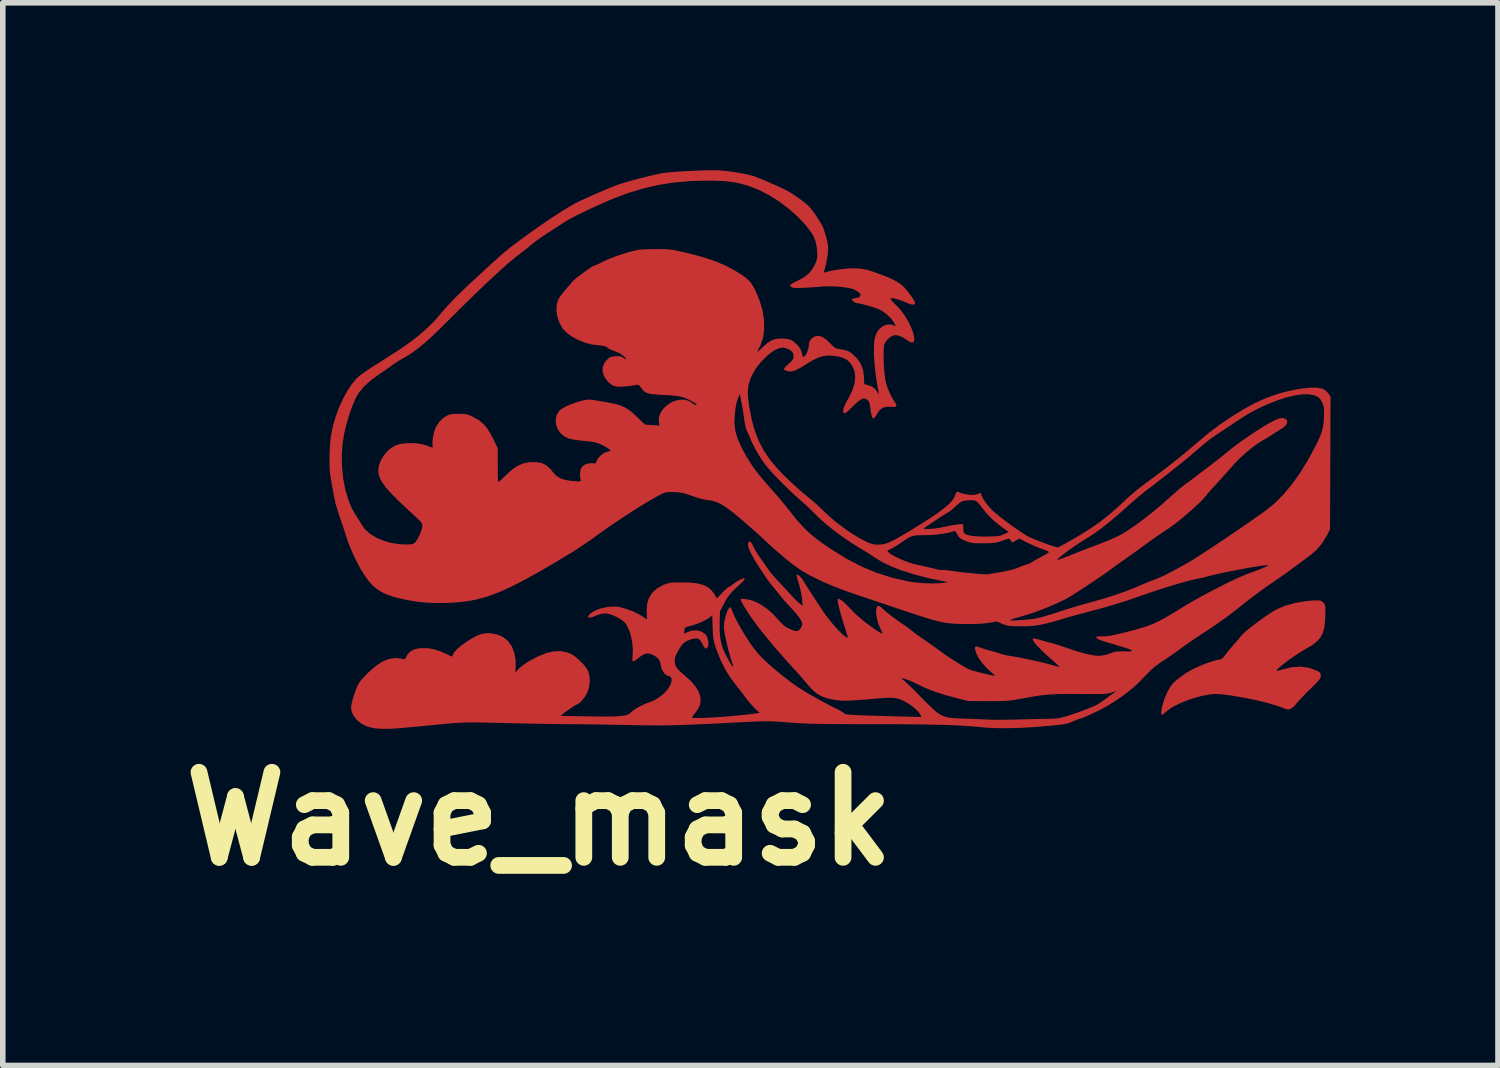
<source format=kicad_pcb>
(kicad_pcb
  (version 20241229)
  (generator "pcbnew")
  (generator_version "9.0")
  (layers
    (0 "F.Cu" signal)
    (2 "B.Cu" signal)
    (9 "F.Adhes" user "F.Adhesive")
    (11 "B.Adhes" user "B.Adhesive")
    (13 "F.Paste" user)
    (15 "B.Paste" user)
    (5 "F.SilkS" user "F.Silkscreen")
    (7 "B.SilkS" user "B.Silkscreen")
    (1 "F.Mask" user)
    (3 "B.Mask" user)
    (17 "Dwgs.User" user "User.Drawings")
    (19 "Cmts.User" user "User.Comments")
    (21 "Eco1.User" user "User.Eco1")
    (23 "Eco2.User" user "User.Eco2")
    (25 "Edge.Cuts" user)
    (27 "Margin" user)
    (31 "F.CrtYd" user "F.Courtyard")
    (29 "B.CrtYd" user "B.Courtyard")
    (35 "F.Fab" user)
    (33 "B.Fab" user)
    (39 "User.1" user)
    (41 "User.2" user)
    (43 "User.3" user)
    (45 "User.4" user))
  (footprint "Wave_mask"
    (layer "F.Cu")
    (at 11.761 5.76)
    (property "Reference" "Wave_mask" (at -5.15 5.86 0) (layer "F.SilkS") (effects (font (size 1.524 1.524) (thickness 0.3))))
    (attr board_only exclude_from_pos_files exclude_from_bom)
    (fp_poly (pts (xy 8.835 1.949) (xy 8.859 1.957) (xy 8.879 1.971) (xy 8.89 1.98) (xy 8.91 1.998) (xy 8.922 2.016) (xy 8.93 2.042) (xy 8.933 2.082) (xy 8.933 2.142) (xy 8.933 2.183) (xy 8.928 2.324) (xy 8.913 2.439) (xy 8.886 2.534) (xy 8.843 2.613) (xy 8.782 2.682) (xy 8.7 2.746) (xy 8.594 2.81) (xy 8.573 2.821) (xy 8.504 2.862) (xy 8.425 2.912) (xy 8.342 2.968) (xy 8.261 3.027) (xy 8.187 3.083) (xy 8.125 3.134) (xy 8.079 3.176) (xy 8.058 3.202) (xy 8.065 3.207) (xy 8.099 3.202) (xy 8.157 3.186) (xy 8.168 3.182) (xy 8.333 3.143) (xy 8.491 3.133) (xy 8.64 3.154) (xy 8.779 3.205) (xy 8.792 3.211) (xy 8.831 3.234) (xy 8.848 3.259) (xy 8.851 3.296) (xy 8.849 3.318) (xy 8.841 3.341) (xy 8.824 3.367) (xy 8.794 3.403) (xy 8.748 3.45) (xy 8.683 3.514) (xy 8.661 3.536) (xy 8.592 3.603) (xy 8.528 3.67) (xy 8.472 3.729) (xy 8.431 3.776) (xy 8.416 3.794) (xy 8.377 3.84) (xy 8.336 3.875) (xy 8.313 3.889) (xy 8.28 3.899) (xy 8.248 3.898) (xy 8.205 3.885) (xy 8.183 3.876) (xy 8.072 3.836) (xy 7.936 3.795) (xy 7.785 3.755) (xy 7.625 3.719) (xy 7.525 3.699) (xy 7.374 3.672) (xy 7.25 3.651) (xy 7.147 3.637) (xy 7.062 3.628) (xy 6.989 3.624) (xy 6.924 3.626) (xy 6.863 3.631) (xy 6.851 3.633) (xy 6.732 3.655) (xy 6.605 3.688) (xy 6.477 3.73) (xy 6.354 3.779) (xy 6.243 3.831) (xy 6.151 3.885) (xy 6.085 3.936) (xy 6.04 3.977) (xy 6.011 3.995) (xy 5.997 3.991) (xy 5.993 3.967) (xy 5.993 3.963) (xy 6.002 3.88) (xy 6.027 3.782) (xy 6.063 3.679) (xy 6.107 3.58) (xy 6.155 3.495) (xy 6.202 3.433) (xy 6.265 3.375) (xy 6.346 3.312) (xy 6.435 3.25) (xy 6.52 3.199) (xy 6.553 3.181) (xy 6.642 3.14) (xy 6.737 3.099) (xy 6.831 3.064) (xy 6.916 3.035) (xy 6.984 3.016) (xy 7.007 3.012) (xy 7.049 3.004) (xy 7.08 2.99) (xy 7.109 2.963) (xy 7.145 2.917) (xy 7.149 2.912) (xy 7.194 2.853) (xy 7.25 2.787) (xy 7.303 2.726) (xy 7.303 2.726) (xy 7.351 2.672) (xy 7.396 2.619) (xy 7.43 2.577) (xy 7.433 2.573) (xy 7.467 2.538) (xy 7.522 2.489) (xy 7.593 2.431) (xy 7.675 2.367) (xy 7.763 2.302) (xy 7.851 2.239) (xy 7.935 2.182) (xy 8.008 2.136) (xy 8.067 2.103) (xy 8.069 2.102) (xy 8.217 2.041) (xy 8.386 1.994) (xy 8.563 1.962) (xy 8.675 1.951) (xy 8.751 1.947) (xy 8.802 1.946)) (stroke (width 0) (type solid)) (fill yes) (layer "F.Cu"))
    (fp_poly (pts (xy -1.953 -5.759) (xy -1.935 -5.758) (xy -1.82 -5.748) (xy -1.696 -5.733) (xy -1.57 -5.714) (xy -1.453 -5.691) (xy -1.353 -5.667) (xy -1.305 -5.654) (xy -1.253 -5.634) (xy -1.179 -5.605) (xy -1.091 -5.568) (xy -0.996 -5.527) (xy -0.902 -5.486) (xy -0.816 -5.446) (xy -0.745 -5.412) (xy -0.735 -5.407) (xy -0.664 -5.368) (xy -0.583 -5.317) (xy -0.5 -5.259) (xy -0.422 -5.201) (xy -0.356 -5.147) (xy -0.309 -5.103) (xy -0.304 -5.097) (xy -0.252 -5.032) (xy -0.198 -4.957) (xy -0.146 -4.878) (xy -0.101 -4.804) (xy -0.067 -4.741) (xy -0.051 -4.702) (xy -0.021 -4.605) (xy -0.000362 -4.53) (xy 0.013 -4.472) (xy 0.021 -4.424) (xy 0.025 -4.38) (xy 0.025 -4.333) (xy 0.02 -4.262) (xy 0.006 -4.173) (xy -0.012 -4.08) (xy -0.033 -3.996) (xy -0.051 -3.941) (xy -0.053 -3.928) (xy -0.039 -3.927) (xy -0.003 -3.938) (xy 0.001 -3.939) (xy 0.041 -3.95) (xy 0.103 -3.963) (xy 0.179 -3.976) (xy 0.243 -3.986) (xy 0.424 -4.004) (xy 0.585 -4) (xy 0.731 -3.975) (xy 0.803 -3.952) (xy 0.872 -3.927) (xy 0.942 -3.902) (xy 0.993 -3.884) (xy 1.129 -3.83) (xy 1.245 -3.771) (xy 1.335 -3.711) (xy 1.353 -3.697) (xy 1.392 -3.658) (xy 1.437 -3.607) (xy 1.483 -3.548) (xy 1.525 -3.49) (xy 1.56 -3.437) (xy 1.581 -3.397) (xy 1.585 -3.381) (xy 1.573 -3.358) (xy 1.538 -3.352) (xy 1.485 -3.365) (xy 1.462 -3.374) (xy 1.363 -3.415) (xy 1.278 -3.444) (xy 1.212 -3.462) (xy 1.166 -3.468) (xy 1.144 -3.46) (xy 1.143 -3.455) (xy 1.154 -3.437) (xy 1.183 -3.404) (xy 1.225 -3.361) (xy 1.253 -3.333) (xy 1.329 -3.251) (xy 1.4 -3.153) (xy 1.464 -3.047) (xy 1.515 -2.94) (xy 1.551 -2.841) (xy 1.565 -2.772) (xy 1.569 -2.722) (xy 1.565 -2.694) (xy 1.553 -2.681) (xy 1.54 -2.676) (xy 1.51 -2.676) (xy 1.469 -2.696) (xy 1.433 -2.722) (xy 1.354 -2.772) (xy 1.279 -2.8) (xy 1.214 -2.806) (xy 1.2 -2.803) (xy 1.147 -2.778) (xy 1.093 -2.733) (xy 1.05 -2.679) (xy 1.031 -2.64) (xy 1.024 -2.598) (xy 1.02 -2.532) (xy 1.019 -2.448) (xy 1.021 -2.352) (xy 1.025 -2.253) (xy 1.032 -2.156) (xy 1.041 -2.069) (xy 1.051 -1.999) (xy 1.055 -1.981) (xy 1.082 -1.886) (xy 1.121 -1.786) (xy 1.166 -1.693) (xy 1.212 -1.618) (xy 1.216 -1.612) (xy 1.245 -1.567) (xy 1.248 -1.537) (xy 1.224 -1.522) (xy 1.172 -1.52) (xy 1.147 -1.522) (xy 1.061 -1.522) (xy 0.993 -1.499) (xy 0.939 -1.451) (xy 0.903 -1.396) (xy 0.87 -1.342) (xy 0.844 -1.316) (xy 0.823 -1.319) (xy 0.807 -1.352) (xy 0.793 -1.415) (xy 0.786 -1.466) (xy 0.776 -1.54) (xy 0.765 -1.589) (xy 0.752 -1.621) (xy 0.735 -1.641) (xy 0.732 -1.644) (xy 0.699 -1.664) (xy 0.665 -1.671) (xy 0.627 -1.661) (xy 0.581 -1.632) (xy 0.523 -1.584) (xy 0.45 -1.513) (xy 0.423 -1.486) (xy 0.372 -1.437) (xy 0.336 -1.411) (xy 0.313 -1.407) (xy 0.298 -1.422) (xy 0.295 -1.429) (xy 0.294 -1.467) (xy 0.312 -1.525) (xy 0.35 -1.604) (xy 0.385 -1.667) (xy 0.456 -1.808) (xy 0.498 -1.939) (xy 0.511 -2.059) (xy 0.495 -2.168) (xy 0.468 -2.235) (xy 0.421 -2.307) (xy 0.366 -2.361) (xy 0.296 -2.398) (xy 0.207 -2.423) (xy 0.104 -2.437) (xy 0.018 -2.44) (xy -0.061 -2.431) (xy -0.142 -2.407) (xy -0.23 -2.366) (xy -0.333 -2.307) (xy -0.355 -2.292) (xy -0.449 -2.234) (xy -0.523 -2.194) (xy -0.581 -2.168) (xy -0.63 -2.156) (xy -0.673 -2.155) (xy -0.706 -2.162) (xy -0.745 -2.177) (xy -0.767 -2.193) (xy -0.768 -2.198) (xy -0.757 -2.217) (xy -0.727 -2.25) (xy -0.686 -2.289) (xy -0.681 -2.293) (xy -0.635 -2.335) (xy -0.609 -2.367) (xy -0.597 -2.395) (xy -0.595 -2.429) (xy -0.6 -2.475) (xy -0.622 -2.511) (xy -0.665 -2.543) (xy -0.702 -2.563) (xy -0.771 -2.583) (xy -0.847 -2.574) (xy -0.932 -2.537) (xy -1.026 -2.471) (xy -1.13 -2.376) (xy -1.176 -2.328) (xy -1.268 -2.211) (xy -1.338 -2.088) (xy -1.374 -2.004) (xy -1.398 -1.926) (xy -1.411 -1.847) (xy -1.414 -1.76) (xy -1.406 -1.658) (xy -1.389 -1.533) (xy -1.384 -1.504) (xy -1.341 -1.283) (xy -1.286 -1.086) (xy -1.216 -0.907) (xy -1.129 -0.74) (xy -1.02 -0.58) (xy -0.887 -0.42) (xy -0.762 -0.288) (xy -0.678 -0.207) (xy -0.585 -0.12) (xy -0.491 -0.036) (xy -0.404 0.038) (xy -0.366 0.07) (xy -0.286 0.135) (xy -0.204 0.205) (xy -0.128 0.274) (xy -0.067 0.333) (xy -0.058 0.342) (xy 0.049 0.443) (xy 0.171 0.546) (xy 0.302 0.646) (xy 0.437 0.739) (xy 0.567 0.82) (xy 0.688 0.885) (xy 0.764 0.919) (xy 0.824 0.939) (xy 0.881 0.947) (xy 0.951 0.946) (xy 0.961 0.946) (xy 1.005 0.941) (xy 1.048 0.932) (xy 1.095 0.916) (xy 1.149 0.893) (xy 1.214 0.86) (xy 1.294 0.816) (xy 1.392 0.758) (xy 1.513 0.686) (xy 1.546 0.666) (xy 1.554 0.66) (xy 1.736 0.66) (xy 1.752 0.664) (xy 1.792 0.666) (xy 1.835 0.666) (xy 1.911 0.661) (xy 2.004 0.649) (xy 2.101 0.631) (xy 2.122 0.626) (xy 2.201 0.609) (xy 2.277 0.595) (xy 2.34 0.586) (xy 2.37 0.583) (xy 2.446 0.579) (xy 2.446 0.653) (xy 2.45 0.701) (xy 2.46 0.738) (xy 2.466 0.747) (xy 2.504 0.768) (xy 2.57 0.785) (xy 2.661 0.796) (xy 2.772 0.802) (xy 2.881 0.803) (xy 2.97 0.8) (xy 3.036 0.797) (xy 3.084 0.791) (xy 3.123 0.781) (xy 3.16 0.767) (xy 3.177 0.76) (xy 3.26 0.72) (xy 3.139 0.634) (xy 2.991 0.517) (xy 2.867 0.392) (xy 2.798 0.306) (xy 2.747 0.238) (xy 2.708 0.193) (xy 2.673 0.166) (xy 2.637 0.153) (xy 2.592 0.15) (xy 2.534 0.154) (xy 2.472 0.16) (xy 2.43 0.17) (xy 2.396 0.187) (xy 2.359 0.218) (xy 2.328 0.246) (xy 2.278 0.291) (xy 2.23 0.331) (xy 2.194 0.357) (xy 2.193 0.357) (xy 2.116 0.405) (xy 2.054 0.444) (xy 1.995 0.482) (xy 1.927 0.528) (xy 1.919 0.533) (xy 1.861 0.572) (xy 1.808 0.607) (xy 1.769 0.633) (xy 1.761 0.638) (xy 1.741 0.652) (xy 1.736 0.66) (xy 1.554 0.66) (xy 1.719 0.558) (xy 1.866 0.464) (xy 1.988 0.381) (xy 2.087 0.308) (xy 2.165 0.244) (xy 2.223 0.188) (xy 2.264 0.138) (xy 2.288 0.092) (xy 2.295 0.073) (xy 2.315 0.022) (xy 2.342 0.001) (xy 2.375 0.009) (xy 2.384 0.016) (xy 2.406 0.025) (xy 2.45 0.036) (xy 2.507 0.047) (xy 2.509 0.048) (xy 2.585 0.057) (xy 2.645 0.055) (xy 2.704 0.041) (xy 2.742 0.026) (xy 2.764 0.024) (xy 2.77 0.047) (xy 2.77 0.05) (xy 2.78 0.084) (xy 2.808 0.134) (xy 2.848 0.194) (xy 2.897 0.256) (xy 2.949 0.314) (xy 2.981 0.346) (xy 3.04 0.397) (xy 3.117 0.459) (xy 3.206 0.526) (xy 3.3 0.596) (xy 3.395 0.662) (xy 3.484 0.723) (xy 3.56 0.772) (xy 3.619 0.806) (xy 3.624 0.808) (xy 3.674 0.831) (xy 3.74 0.859) (xy 3.818 0.89) (xy 3.899 0.92) (xy 3.977 0.949) (xy 4.047 0.973) (xy 4.102 0.989) (xy 4.136 0.997) (xy 4.139 0.997) (xy 4.157 0.99) (xy 4.198 0.969) (xy 4.258 0.936) (xy 4.333 0.894) (xy 4.419 0.846) (xy 4.462 0.821) (xy 4.679 0.689) (xy 4.875 0.555) (xy 5.058 0.412) (xy 5.24 0.253) (xy 5.266 0.228) (xy 5.367 0.134) (xy 5.454 0.056) (xy 5.536 -0.014) (xy 5.62 -0.082) (xy 5.715 -0.154) (xy 5.826 -0.236) (xy 6.088 -0.431) (xy 6.346 -0.635) (xy 6.589 -0.839) (xy 6.656 -0.896) (xy 6.846 -1.055) (xy 7.048 -1.207) (xy 7.257 -1.348) (xy 7.465 -1.476) (xy 7.666 -1.585) (xy 7.84 -1.665) (xy 7.979 -1.718) (xy 8.124 -1.765) (xy 8.27 -1.803) (xy 8.412 -1.833) (xy 8.546 -1.854) (xy 8.668 -1.865) (xy 8.773 -1.865) (xy 8.856 -1.853) (xy 8.891 -1.841) (xy 8.941 -1.809) (xy 8.984 -1.767) (xy 8.99 -1.758) (xy 9.026 -1.703) (xy 9.022 -0.515) (xy 9.017 0.674) (xy 8.96 0.784) (xy 8.874 0.925) (xy 8.776 1.042) (xy 8.658 1.142) (xy 8.655 1.145) (xy 8.595 1.188) (xy 8.521 1.243) (xy 8.442 1.302) (xy 8.376 1.35) (xy 8.305 1.403) (xy 8.216 1.467) (xy 8.119 1.535) (xy 8.022 1.602) (xy 7.975 1.634) (xy 7.884 1.697) (xy 7.778 1.773) (xy 7.666 1.856) (xy 7.557 1.939) (xy 7.469 2.008) (xy 7.33 2.118) (xy 7.207 2.213) (xy 7.09 2.298) (xy 6.973 2.381) (xy 6.846 2.466) (xy 6.723 2.546) (xy 6.631 2.607) (xy 6.528 2.677) (xy 6.425 2.749) (xy 6.341 2.81) (xy 6.26 2.869) (xy 6.174 2.929) (xy 6.093 2.985) (xy 6.026 3.029) (xy 6.019 3.033) (xy 5.952 3.079) (xy 5.885 3.129) (xy 5.83 3.175) (xy 5.813 3.191) (xy 5.773 3.232) (xy 5.718 3.288) (xy 5.656 3.351) (xy 5.6 3.409) (xy 5.511 3.492) (xy 5.401 3.582) (xy 5.278 3.674) (xy 5.149 3.762) (xy 5.023 3.84) (xy 4.924 3.894) (xy 4.842 3.935) (xy 4.761 3.973) (xy 4.685 4.008) (xy 4.62 4.036) (xy 4.573 4.055) (xy 4.548 4.062) (xy 4.547 4.062) (xy 4.524 4.068) (xy 4.481 4.084) (xy 4.428 4.107) (xy 4.427 4.107) (xy 4.387 4.125) (xy 4.351 4.139) (xy 4.315 4.15) (xy 4.274 4.16) (xy 4.224 4.168) (xy 4.16 4.176) (xy 4.078 4.185) (xy 3.973 4.195) (xy 3.852 4.205) (xy 3.671 4.219) (xy 3.487 4.229) (xy 3.308 4.234) (xy 3.139 4.236) (xy 2.986 4.233) (xy 2.854 4.226) (xy 2.79 4.22) (xy 2.684 4.209) (xy 2.568 4.2) (xy 2.44 4.192) (xy 2.297 4.184) (xy 2.137 4.178) (xy 1.958 4.174) (xy 1.759 4.17) (xy 1.535 4.167) (xy 1.286 4.165) (xy 1.009 4.164) (xy 0.827 4.164) (xy 0.594 4.164) (xy 0.39 4.163) (xy 0.211 4.162) (xy 0.056 4.161) (xy -0.079 4.159) (xy -0.197 4.157) (xy -0.3 4.155) (xy -0.391 4.152) (xy -0.473 4.148) (xy -0.549 4.143) (xy -0.621 4.138) (xy -0.65 4.136) (xy -0.753 4.127) (xy -0.841 4.121) (xy -0.919 4.116) (xy -0.992 4.113) (xy -1.066 4.112) (xy -1.145 4.113) (xy -1.235 4.115) (xy -1.341 4.12) (xy -1.468 4.126) (xy -1.62 4.134) (xy -1.637 4.134) (xy -1.869 4.146) (xy -2.074 4.157) (xy -2.255 4.165) (xy -2.416 4.172) (xy -2.561 4.177) (xy -2.694 4.181) (xy -2.819 4.184) (xy -2.939 4.186) (xy -3.059 4.186) (xy -3.183 4.185) (xy -3.314 4.184) (xy -3.456 4.181) (xy -3.562 4.179) (xy -3.723 4.176) (xy -3.888 4.173) (xy -4.052 4.17) (xy -4.209 4.168) (xy -4.354 4.166) (xy -4.479 4.165) (xy -4.58 4.164) (xy -4.591 4.164) (xy -4.682 4.164) (xy -4.799 4.162) (xy -4.938 4.16) (xy -5.092 4.158) (xy -5.258 4.155) (xy -5.429 4.151) (xy -5.601 4.148) (xy -5.723 4.145) (xy -5.906 4.14) (xy -6.062 4.137) (xy -6.195 4.134) (xy -6.309 4.133) (xy -6.408 4.133) (xy -6.496 4.135) (xy -6.578 4.138) (xy -6.658 4.143) (xy -6.739 4.149) (xy -6.826 4.157) (xy -6.923 4.167) (xy -6.992 4.174) (xy -7.078 4.183) (xy -7.179 4.192) (xy -7.276 4.202) (xy -7.308 4.204) (xy -7.403 4.213) (xy -7.51 4.223) (xy -7.611 4.232) (xy -7.64 4.235) (xy -7.804 4.246) (xy -7.953 4.248) (xy -8.078 4.24) (xy -8.126 4.234) (xy -8.24 4.202) (xy -8.342 4.151) (xy -8.425 4.082) (xy -8.484 4) (xy -8.485 3.998) (xy -8.507 3.948) (xy -8.519 3.903) (xy -8.521 3.853) (xy -8.511 3.793) (xy -8.491 3.715) (xy -8.475 3.662) (xy -8.444 3.567) (xy -8.414 3.492) (xy -8.38 3.428) (xy -8.337 3.369) (xy -8.279 3.305) (xy -8.206 3.232) (xy -8.081 3.123) (xy -7.963 3.045) (xy -7.849 2.997) (xy -7.738 2.978) (xy -7.631 2.988) (xy -7.588 2.997) (xy -7.56 3.001) (xy -7.555 3) (xy -7.513 2.92) (xy -7.462 2.863) (xy -7.396 2.826) (xy -7.31 2.806) (xy -7.242 2.801) (xy -7.141 2.803) (xy -7.036 2.822) (xy -6.922 2.859) (xy -6.795 2.915) (xy -6.721 2.952) (xy -6.709 2.944) (xy -6.7 2.924) (xy -6.67 2.871) (xy -6.612 2.809) (xy -6.529 2.741) (xy -6.451 2.686) (xy -6.345 2.62) (xy -6.255 2.574) (xy -6.175 2.546) (xy -6.098 2.534) (xy -6.025 2.534) (xy -5.902 2.556) (xy -5.796 2.604) (xy -5.709 2.675) (xy -5.642 2.769) (xy -5.597 2.883) (xy -5.574 3.015) (xy -5.573 3.126) (xy -5.578 3.24) (xy -5.523 3.177) (xy -5.484 3.141) (xy -5.427 3.097) (xy -5.362 3.053) (xy -5.338 3.038) (xy -5.176 2.951) (xy -5.027 2.891) (xy -4.891 2.86) (xy -4.765 2.855) (xy -4.648 2.878) (xy -4.574 2.909) (xy -4.508 2.952) (xy -4.438 3.011) (xy -4.37 3.079) (xy -4.314 3.147) (xy -4.277 3.209) (xy -4.275 3.212) (xy -4.249 3.308) (xy -4.245 3.415) (xy -4.262 3.523) (xy -4.296 3.615) (xy -4.327 3.666) (xy -4.366 3.718) (xy -4.407 3.764) (xy -4.444 3.796) (xy -4.47 3.809) (xy -4.47 3.809) (xy -4.49 3.817) (xy -4.525 3.839) (xy -4.572 3.869) (xy -4.624 3.905) (xy -4.675 3.941) (xy -4.719 3.974) (xy -4.75 4) (xy -4.763 4.014) (xy -4.762 4.015) (xy -4.746 4.016) (xy -4.701 4.017) (xy -4.633 4.018) (xy -4.545 4.02) (xy -4.44 4.021) (xy -4.324 4.023) (xy -4.263 4.024) (xy -4.092 4.027) (xy -3.951 4.027) (xy -3.835 4.026) (xy -3.742 4.022) (xy -3.669 4.016) (xy -3.612 4.007) (xy -3.57 3.995) (xy -3.539 3.98) (xy -3.515 3.961) (xy -3.508 3.953) (xy -3.469 3.918) (xy -3.407 3.878) (xy -3.332 3.837) (xy -3.25 3.799) (xy -3.171 3.77) (xy -3.08 3.731) (xy -2.994 3.677) (xy -2.917 3.614) (xy -2.853 3.544) (xy -2.807 3.473) (xy -2.781 3.405) (xy -2.78 3.343) (xy -2.783 3.335) (xy -2.806 3.309) (xy -2.829 3.304) (xy -2.871 3.289) (xy -2.912 3.252) (xy -2.946 3.198) (xy -2.968 3.136) (xy -2.971 3.122) (xy -2.985 3.052) (xy -3.005 3.006) (xy -2.724 3.006) (xy -2.723 3.044) (xy -2.723 3.047) (xy -2.714 3.095) (xy -2.696 3.138) (xy -2.665 3.18) (xy -2.617 3.228) (xy -2.548 3.288) (xy -2.544 3.291) (xy -2.432 3.394) (xy -2.346 3.495) (xy -2.29 3.593) (xy -2.268 3.659) (xy -2.258 3.744) (xy -2.271 3.82) (xy -2.309 3.896) (xy -2.336 3.935) (xy -2.369 3.979) (xy -2.397 4.016) (xy -2.407 4.03) (xy -2.413 4.04) (xy -2.409 4.047) (xy -2.391 4.052) (xy -2.353 4.053) (xy -2.293 4.053) (xy -2.21 4.051) (xy -2.112 4.047) (xy -1.996 4.041) (xy -1.875 4.033) (xy -1.76 4.024) (xy -1.732 4.021) (xy -1.632 4.012) (xy -1.53 4.002) (xy -1.437 3.992) (xy -1.362 3.983) (xy -1.337 3.98) (xy -1.202 3.962) (xy -1.287 3.882) (xy -1.333 3.834) (xy -1.389 3.77) (xy -1.445 3.7) (xy -1.476 3.659) (xy -1.531 3.585) (xy -1.594 3.503) (xy -1.652 3.428) (xy -1.677 3.398) (xy -1.751 3.293) (xy -1.826 3.166) (xy -1.897 3.024) (xy -1.959 2.875) (xy -1.987 2.798) (xy -2.008 2.731) (xy -2.023 2.674) (xy -2.033 2.617) (xy -2.039 2.55) (xy -2.043 2.464) (xy -2.044 2.43) (xy -2.051 2.212) (xy -2.085 2.243) (xy -2.141 2.282) (xy -2.219 2.323) (xy -2.312 2.362) (xy -2.411 2.396) (xy -2.466 2.41) (xy -2.513 2.423) (xy -2.537 2.437) (xy -2.547 2.46) (xy -2.55 2.486) (xy -2.555 2.543) (xy -2.492 2.513) (xy -2.408 2.487) (xy -2.323 2.484) (xy -2.243 2.505) (xy -2.179 2.548) (xy -2.171 2.556) (xy -2.143 2.603) (xy -2.124 2.665) (xy -2.118 2.727) (xy -2.125 2.771) (xy -2.146 2.805) (xy -2.17 2.809) (xy -2.198 2.782) (xy -2.227 2.728) (xy -2.26 2.669) (xy -2.297 2.636) (xy -2.344 2.627) (xy -2.409 2.638) (xy -2.435 2.646) (xy -2.5 2.671) (xy -2.551 2.701) (xy -2.594 2.744) (xy -2.636 2.807) (xy -2.664 2.858) (xy -2.697 2.922) (xy -2.716 2.968) (xy -2.724 3.006) (xy -3.005 3.006) (xy -3.005 3.005) (xy -3.039 2.969) (xy -3.09 2.936) (xy -3.155 2.905) (xy -3.213 2.896) (xy -3.269 2.909) (xy -3.33 2.945) (xy -3.388 2.991) (xy -3.428 3.022) (xy -3.46 3.039) (xy -3.473 3.041) (xy -3.48 3.02) (xy -3.481 2.975) (xy -3.477 2.925) (xy -3.474 2.811) (xy -3.485 2.692) (xy -3.509 2.576) (xy -3.543 2.472) (xy -3.586 2.385) (xy -3.615 2.347) (xy -3.652 2.313) (xy -3.708 2.275) (xy -3.77 2.24) (xy -3.778 2.236) (xy -3.874 2.196) (xy -3.958 2.179) (xy -4.038 2.185) (xy -4.123 2.214) (xy -4.139 2.221) (xy -4.201 2.246) (xy -4.247 2.255) (xy -4.271 2.248) (xy -4.272 2.228) (xy -4.248 2.195) (xy -4.228 2.177) (xy -4.151 2.129) (xy -4.052 2.091) (xy -3.939 2.067) (xy -3.87 2.06) (xy -3.805 2.057) (xy -3.75 2.06) (xy -3.695 2.07) (xy -3.627 2.088) (xy -3.586 2.101) (xy -3.465 2.145) (xy -3.358 2.198) (xy -3.325 2.219) (xy -3.22 2.288) (xy -3.226 2.156) (xy -3.22 2.024) (xy -3.188 1.91) (xy -3.13 1.814) (xy -3.045 1.735) (xy -2.934 1.673) (xy -2.924 1.669) (xy -2.878 1.651) (xy -2.84 1.638) (xy -2.8 1.63) (xy -2.751 1.626) (xy -2.687 1.624) (xy -2.599 1.624) (xy -2.585 1.624) (xy -2.435 1.628) (xy -2.312 1.643) (xy -2.213 1.669) (xy -2.132 1.708) (xy -2.068 1.761) (xy -2.016 1.829) (xy -2.009 1.84) (xy -1.968 1.91) (xy -1.871 1.809) (xy -1.826 1.764) (xy -1.788 1.729) (xy -1.763 1.71) (xy -1.758 1.708) (xy -1.735 1.699) (xy -1.713 1.682) (xy -1.671 1.649) (xy -1.62 1.615) (xy -1.567 1.584) (xy -1.519 1.561) (xy -1.485 1.55) (xy -1.472 1.552) (xy -1.472 1.57) (xy -1.496 1.603) (xy -1.534 1.639) (xy -1.617 1.716) (xy -1.681 1.778) (xy -1.729 1.831) (xy -1.768 1.881) (xy -1.802 1.933) (xy -1.835 1.995) (xy -1.838 2) (xy -1.912 2.143) (xy -1.918 2.336) (xy -1.918 2.488) (xy -1.908 2.617) (xy -1.884 2.732) (xy -1.849 2.836) (xy -1.827 2.885) (xy -1.798 2.942) (xy -1.766 3.002) (xy -1.734 3.058) (xy -1.706 3.104) (xy -1.685 3.133) (xy -1.674 3.141) (xy -1.676 3.124) (xy -1.687 3.086) (xy -1.701 3.042) (xy -1.728 2.958) (xy -1.755 2.86) (xy -1.781 2.756) (xy -1.805 2.652) (xy -1.824 2.556) (xy -1.837 2.476) (xy -1.842 2.417) (xy -1.842 2.411) (xy -1.837 2.345) (xy -1.822 2.27) (xy -1.801 2.195) (xy -1.777 2.13) (xy -1.751 2.085) (xy -1.744 2.077) (xy -1.732 2.069) (xy -1.72 2.075) (xy -1.706 2.099) (xy -1.686 2.146) (xy -1.67 2.188) (xy -1.638 2.262) (xy -1.59 2.354) (xy -1.531 2.458) (xy -1.465 2.568) (xy -1.396 2.676) (xy -1.327 2.776) (xy -1.271 2.85) (xy -1.205 2.926) (xy -1.118 3.014) (xy -1.013 3.11) (xy -0.896 3.211) (xy -0.771 3.311) (xy -0.645 3.408) (xy -0.521 3.496) (xy -0.437 3.551) (xy -0.353 3.602) (xy -0.251 3.661) (xy -0.138 3.724) (xy -0.024 3.786) (xy 0.082 3.842) (xy 0.158 3.88) (xy 0.221 3.911) (xy 0.272 3.94) (xy 0.307 3.963) (xy 0.316 3.972) (xy 0.323 3.978) (xy 0.337 3.983) (xy 0.361 3.988) (xy 0.397 3.992) (xy 0.448 3.996) (xy 0.515 4) (xy 0.601 4.004) (xy 0.709 4.008) (xy 0.84 4.012) (xy 0.996 4.017) (xy 1.181 4.022) (xy 1.299 4.025) (xy 1.699 4.035) (xy 1.674 3.987) (xy 1.638 3.937) (xy 1.581 3.882) (xy 1.511 3.826) (xy 1.434 3.776) (xy 1.411 3.764) (xy 1.353 3.735) (xy 1.298 3.714) (xy 1.243 3.7) (xy 1.181 3.692) (xy 1.107 3.691) (xy 1.014 3.696) (xy 0.896 3.705) (xy 0.874 3.707) (xy 0.718 3.72) (xy 0.589 3.73) (xy 0.484 3.737) (xy 0.398 3.742) (xy 0.328 3.743) (xy 0.27 3.743) (xy 0.219 3.739) (xy 0.172 3.734) (xy 0.152 3.731) (xy 0.021 3.704) (xy -0.086 3.666) (xy -0.178 3.615) (xy -0.262 3.544) (xy -0.346 3.45) (xy -0.351 3.443) (xy -0.404 3.379) (xy -0.436 3.342) (xy 1.336 3.342) (xy 1.34 3.35) (xy 1.347 3.351) (xy 1.362 3.362) (xy 1.397 3.392) (xy 1.448 3.44) (xy 1.511 3.501) (xy 1.585 3.573) (xy 1.665 3.654) (xy 1.669 3.658) (xy 1.771 3.762) (xy 1.855 3.845) (xy 1.926 3.911) (xy 1.987 3.961) (xy 2.044 3.998) (xy 2.101 4.024) (xy 2.162 4.041) (xy 2.232 4.052) (xy 2.315 4.058) (xy 2.416 4.063) (xy 2.478 4.065) (xy 2.587 4.069) (xy 2.697 4.073) (xy 2.799 4.077) (xy 2.885 4.081) (xy 2.944 4.083) (xy 3.009 4.085) (xy 3.098 4.085) (xy 3.201 4.084) (xy 3.311 4.083) (xy 3.402 4.081) (xy 3.517 4.078) (xy 3.641 4.075) (xy 3.762 4.072) (xy 3.869 4.07) (xy 3.931 4.069) (xy 4.025 4.067) (xy 4.098 4.063) (xy 4.158 4.056) (xy 4.215 4.044) (xy 4.28 4.027) (xy 4.314 4.016) (xy 4.398 3.989) (xy 4.493 3.956) (xy 4.591 3.92) (xy 4.684 3.884) (xy 4.765 3.851) (xy 4.826 3.823) (xy 4.839 3.817) (xy 4.869 3.799) (xy 4.917 3.767) (xy 4.975 3.726) (xy 5.016 3.696) (xy 5.075 3.652) (xy 5.127 3.615) (xy 5.166 3.587) (xy 5.181 3.577) (xy 5.183 3.572) (xy 5.16 3.577) (xy 5.118 3.592) (xy 5.116 3.593) (xy 5.088 3.602) (xy 5.061 3.61) (xy 5.031 3.616) (xy 4.994 3.62) (xy 4.947 3.623) (xy 4.884 3.624) (xy 4.803 3.625) (xy 4.699 3.625) (xy 4.569 3.624) (xy 4.526 3.623) (xy 4.366 3.622) (xy 4.232 3.623) (xy 4.115 3.626) (xy 4.011 3.631) (xy 3.913 3.639) (xy 3.813 3.651) (xy 3.706 3.668) (xy 3.585 3.689) (xy 3.444 3.715) (xy 3.433 3.717) (xy 3.366 3.729) (xy 3.304 3.738) (xy 3.239 3.744) (xy 3.165 3.748) (xy 3.076 3.75) (xy 2.965 3.751) (xy 2.896 3.751) (xy 2.541 3.75) (xy 2.304 3.691) (xy 2.136 3.645) (xy 1.976 3.595) (xy 1.85 3.549) (xy 5.218 3.549) (xy 5.226 3.556) (xy 5.234 3.549) (xy 5.226 3.541) (xy 5.218 3.549) (xy 1.85 3.549) (xy 1.831 3.541) (xy 1.707 3.488) (xy 1.641 3.454) (xy 1.584 3.425) (xy 1.52 3.397) (xy 1.457 3.372) (xy 1.4 3.353) (xy 1.358 3.342) (xy 1.336 3.342) (xy 1.336 3.342) (xy -0.436 3.342) (xy -0.468 3.304) (xy -0.534 3.231) (xy -0.562 3.201) (xy -0.745 3) (xy -0.934 2.783) (xy -1.118 2.56) (xy -1.212 2.442) (xy -1.27 2.366) (xy -1.329 2.284) (xy -1.387 2.2) (xy -1.439 2.12) (xy -1.484 2.048) (xy -1.518 1.988) (xy -1.538 1.946) (xy -1.542 1.93) (xy -1.529 1.918) (xy -1.489 1.918) (xy -1.42 1.929) (xy -1.361 1.941) (xy -1.272 1.972) (xy -1.173 2.025) (xy -1.072 2.095) (xy -0.976 2.177) (xy -0.914 2.241) (xy -0.853 2.308) (xy -0.808 2.356) (xy -0.773 2.39) (xy -0.741 2.415) (xy -0.709 2.435) (xy -0.669 2.455) (xy -0.668 2.455) (xy -0.597 2.486) (xy -0.545 2.497) (xy -0.506 2.488) (xy -0.476 2.458) (xy -0.468 2.447) (xy -0.447 2.407) (xy -0.437 2.375) (xy -0.437 2.371) (xy -0.449 2.325) (xy -0.486 2.262) (xy -0.546 2.184) (xy -0.627 2.093) (xy -0.64 2.079) (xy -0.701 2.014) (xy -0.762 1.946) (xy -0.815 1.884) (xy -0.847 1.844) (xy -0.893 1.786) (xy -0.94 1.728) (xy -0.975 1.686) (xy -1.018 1.633) (xy -1.071 1.56) (xy -1.131 1.473) (xy -1.193 1.379) (xy -1.252 1.285) (xy -1.305 1.198) (xy -1.347 1.124) (xy -1.368 1.081) (xy -1.398 1.009) (xy -1.411 0.958) (xy -1.409 0.926) (xy -1.394 0.895) (xy -1.372 0.892) (xy -1.346 0.917) (xy -1.321 0.967) (xy -1.32 0.968) (xy -1.299 1.013) (xy -1.264 1.073) (xy -1.222 1.14) (xy -1.199 1.173) (xy -1.151 1.241) (xy -1.102 1.311) (xy -1.06 1.372) (xy -1.046 1.392) (xy -1.008 1.442) (xy -0.957 1.504) (xy -0.899 1.569) (xy -0.865 1.606) (xy -0.802 1.673) (xy -0.733 1.747) (xy -0.67 1.815) (xy -0.645 1.843) (xy -0.593 1.898) (xy -0.542 1.95) (xy -0.5 1.99) (xy -0.488 2) (xy -0.432 2.046) (xy -0.442 1.92) (xy -0.453 1.843) (xy -0.471 1.753) (xy -0.494 1.665) (xy -0.5 1.646) (xy -0.52 1.583) (xy -0.534 1.531) (xy -0.541 1.499) (xy -0.541 1.491) (xy -0.518 1.488) (xy -0.486 1.509) (xy -0.449 1.549) (xy -0.43 1.578) (xy -0.403 1.621) (xy -0.364 1.682) (xy -0.319 1.753) (xy -0.271 1.826) (xy -0.271 1.827) (xy -0.22 1.905) (xy -0.167 1.987) (xy -0.119 2.061) (xy -0.085 2.113) (xy -0.031 2.192) (xy 0.035 2.278) (xy 0.105 2.364) (xy 0.174 2.445) (xy 0.239 2.512) (xy 0.292 2.562) (xy 0.302 2.57) (xy 0.342 2.599) (xy 0.37 2.617) (xy 0.379 2.62) (xy 0.375 2.604) (xy 0.364 2.563) (xy 0.346 2.502) (xy 0.323 2.425) (xy 0.296 2.34) (xy 0.257 2.21) (xy 0.227 2.101) (xy 0.206 2.015) (xy 0.196 1.955) (xy 0.196 1.921) (xy 0.203 1.914) (xy 0.236 1.926) (xy 0.283 1.959) (xy 0.342 2.011) (xy 0.407 2.077) (xy 0.425 2.096) (xy 0.53 2.203) (xy 0.661 2.315) (xy 0.811 2.428) (xy 0.887 2.481) (xy 0.936 2.512) (xy 0.974 2.533) (xy 0.994 2.541) (xy 0.995 2.541) (xy 0.993 2.524) (xy 0.979 2.487) (xy 0.962 2.453) (xy 0.93 2.377) (xy 0.906 2.296) (xy 0.89 2.218) (xy 0.885 2.147) (xy 0.889 2.09) (xy 0.905 2.054) (xy 0.917 2.044) (xy 0.942 2.049) (xy 0.976 2.072) (xy 0.99 2.084) (xy 1.066 2.152) (xy 1.162 2.229) (xy 1.274 2.31) (xy 1.34 2.356) (xy 1.408 2.403) (xy 1.477 2.453) (xy 1.536 2.498) (xy 1.55 2.509) (xy 1.6 2.548) (xy 1.666 2.596) (xy 1.738 2.646) (xy 1.779 2.674) (xy 1.852 2.724) (xy 1.926 2.776) (xy 1.991 2.824) (xy 2.02 2.845) (xy 2.084 2.893) (xy 2.155 2.943) (xy 2.209 2.978) (xy 2.269 3.015) (xy 2.342 3.061) (xy 2.414 3.105) (xy 2.426 3.113) (xy 2.49 3.15) (xy 2.553 3.182) (xy 2.604 3.203) (xy 2.616 3.206) (xy 2.714 3.231) (xy 2.806 3.254) (xy 2.888 3.273) (xy 2.953 3.287) (xy 2.998 3.296) (xy 3.017 3.298) (xy 3.018 3.298) (xy 3.009 3.286) (xy 2.982 3.262) (xy 2.954 3.239) (xy 2.87 3.164) (xy 2.793 3.079) (xy 2.729 2.99) (xy 2.685 2.908) (xy 2.677 2.887) (xy 2.658 2.824) (xy 2.656 2.787) (xy 2.673 2.772) (xy 2.712 2.777) (xy 2.758 2.794) (xy 2.819 2.815) (xy 2.893 2.838) (xy 2.95 2.853) (xy 3.015 2.87) (xy 3.075 2.888) (xy 3.115 2.902) (xy 3.16 2.916) (xy 3.222 2.931) (xy 3.283 2.941) (xy 3.359 2.953) (xy 3.455 2.971) (xy 3.564 2.993) (xy 3.68 3.017) (xy 3.793 3.042) (xy 3.897 3.067) (xy 3.985 3.089) (xy 4.049 3.107) (xy 4.105 3.124) (xy 4.148 3.135) (xy 4.171 3.139) (xy 4.172 3.139) (xy 4.163 3.127) (xy 4.134 3.099) (xy 4.09 3.058) (xy 4.034 3.009) (xy 4.023 3) (xy 3.926 2.914) (xy 3.843 2.835) (xy 3.776 2.765) (xy 3.726 2.707) (xy 3.697 2.662) (xy 3.689 2.634) (xy 3.692 2.629) (xy 3.711 2.628) (xy 3.752 2.636) (xy 3.808 2.65) (xy 3.825 2.655) (xy 3.897 2.676) (xy 3.972 2.696) (xy 4.032 2.712) (xy 4.034 2.712) (xy 4.084 2.726) (xy 4.154 2.748) (xy 4.234 2.775) (xy 4.302 2.798) (xy 4.448 2.848) (xy 4.584 2.888) (xy 4.704 2.917) (xy 4.805 2.935) (xy 4.873 2.94) (xy 4.98 2.927) (xy 5.07 2.898) (xy 5.127 2.878) (xy 5.176 2.866) (xy 5.23 2.86) (xy 5.299 2.859) (xy 5.337 2.86) (xy 5.398 2.86) (xy 5.441 2.859) (xy 5.466 2.854) (xy 5.47 2.846) (xy 5.452 2.834) (xy 5.411 2.817) (xy 5.346 2.795) (xy 5.254 2.766) (xy 5.136 2.73) (xy 4.988 2.687) (xy 4.958 2.678) (xy 4.9 2.658) (xy 4.855 2.636) (xy 4.829 2.615) (xy 4.828 2.599) (xy 4.847 2.594) (xy 4.889 2.592) (xy 4.945 2.591) (xy 4.946 2.591) (xy 4.998 2.589) (xy 5.06 2.582) (xy 5.137 2.568) (xy 5.233 2.547) (xy 5.355 2.517) (xy 5.364 2.515) (xy 5.511 2.477) (xy 5.636 2.441) (xy 5.746 2.406) (xy 5.846 2.367) (xy 5.943 2.322) (xy 6.045 2.268) (xy 6.158 2.203) (xy 6.289 2.123) (xy 6.316 2.106) (xy 6.451 2.024) (xy 6.598 1.939) (xy 6.753 1.853) (xy 6.91 1.769) (xy 7.065 1.69) (xy 7.213 1.616) (xy 7.351 1.551) (xy 7.472 1.498) (xy 7.573 1.458) (xy 7.602 1.448) (xy 7.671 1.424) (xy 7.74 1.397) (xy 7.803 1.371) (xy 7.855 1.348) (xy 7.892 1.329) (xy 7.908 1.317) (xy 7.904 1.314) (xy 7.861 1.317) (xy 7.793 1.325) (xy 7.704 1.339) (xy 7.599 1.356) (xy 7.484 1.377) (xy 7.362 1.399) (xy 7.239 1.423) (xy 7.121 1.447) (xy 7.011 1.471) (xy 6.916 1.493) (xy 6.839 1.512) (xy 6.795 1.525) (xy 6.733 1.541) (xy 6.666 1.554) (xy 6.655 1.556) (xy 6.606 1.565) (xy 6.532 1.583) (xy 6.438 1.608) (xy 6.33 1.638) (xy 6.212 1.673) (xy 6.089 1.711) (xy 5.968 1.749) (xy 5.852 1.787) (xy 5.746 1.823) (xy 5.712 1.835) (xy 5.316 1.971) (xy 4.93 2.086) (xy 4.745 2.135) (xy 4.639 2.163) (xy 4.515 2.196) (xy 4.388 2.231) (xy 4.27 2.265) (xy 4.236 2.275) (xy 4.097 2.316) (xy 3.982 2.347) (xy 3.886 2.371) (xy 3.802 2.388) (xy 3.724 2.4) (xy 3.647 2.406) (xy 3.564 2.41) (xy 3.481 2.41) (xy 3.389 2.41) (xy 3.321 2.408) (xy 3.27 2.403) (xy 3.229 2.396) (xy 3.191 2.384) (xy 3.149 2.368) (xy 3.046 2.325) (xy 2.904 2.349) (xy 2.8 2.361) (xy 2.674 2.368) (xy 2.537 2.371) (xy 2.398 2.369) (xy 2.268 2.363) (xy 2.155 2.352) (xy 2.121 2.346) (xy 2.066 2.336) (xy 2.009 2.324) (xy 1.946 2.308) (xy 1.919 2.301) (xy 3.283 2.301) (xy 3.302 2.305) (xy 3.341 2.306) (xy 3.397 2.304) (xy 3.464 2.3) (xy 3.537 2.295) (xy 3.612 2.288) (xy 3.682 2.28) (xy 3.743 2.271) (xy 3.781 2.263) (xy 3.843 2.248) (xy 3.926 2.224) (xy 4.021 2.195) (xy 4.121 2.164) (xy 4.178 2.145) (xy 4.285 2.11) (xy 4.411 2.072) (xy 4.544 2.032) (xy 4.671 1.996) (xy 4.742 1.977) (xy 4.955 1.917) (xy 5.162 1.851) (xy 5.356 1.783) (xy 5.529 1.715) (xy 5.59 1.688) (xy 5.663 1.657) (xy 5.752 1.621) (xy 5.84 1.586) (xy 5.872 1.574) (xy 5.94 1.547) (xy 6.01 1.516) (xy 6.088 1.479) (xy 6.177 1.433) (xy 6.283 1.377) (xy 6.409 1.306) (xy 6.47 1.272) (xy 6.543 1.229) (xy 6.638 1.169) (xy 6.754 1.095) (xy 6.885 1.009) (xy 7.031 0.912) (xy 7.187 0.807) (xy 7.351 0.695) (xy 7.52 0.579) (xy 7.691 0.46) (xy 7.856 0.344) (xy 8.021 0.211) (xy 8.184 0.048) (xy 8.342 -0.143) (xy 8.497 -0.363) (xy 8.645 -0.609) (xy 8.777 -0.859) (xy 8.826 -0.962) (xy 8.861 -1.047) (xy 8.884 -1.125) (xy 8.898 -1.204) (xy 8.906 -1.294) (xy 8.908 -1.332) (xy 8.911 -1.413) (xy 8.91 -1.47) (xy 8.905 -1.514) (xy 8.895 -1.553) (xy 8.88 -1.593) (xy 8.844 -1.657) (xy 8.797 -1.701) (xy 8.732 -1.73) (xy 8.643 -1.745) (xy 8.623 -1.747) (xy 8.516 -1.745) (xy 8.388 -1.726) (xy 8.244 -1.692) (xy 8.09 -1.643) (xy 7.931 -1.582) (xy 7.771 -1.511) (xy 7.615 -1.431) (xy 7.468 -1.344) (xy 7.418 -1.312) (xy 7.352 -1.267) (xy 7.27 -1.212) (xy 7.18 -1.153) (xy 7.093 -1.095) (xy 7.074 -1.083) (xy 7.001 -1.035) (xy 6.939 -0.992) (xy 6.883 -0.952) (xy 6.826 -0.909) (xy 6.765 -0.86) (xy 6.694 -0.8) (xy 6.607 -0.726) (xy 6.549 -0.676) (xy 6.482 -0.619) (xy 6.394 -0.547) (xy 6.292 -0.464) (xy 6.179 -0.375) (xy 6.063 -0.283) (xy 5.947 -0.193) (xy 5.837 -0.108) (xy 5.74 -0.034) (xy 5.677 0.014) (xy 5.599 0.078) (xy 5.513 0.152) (xy 5.425 0.228) (xy 5.362 0.285) (xy 5.2 0.428) (xy 5.054 0.551) (xy 4.919 0.657) (xy 4.788 0.751) (xy 4.657 0.836) (xy 4.626 0.855) (xy 4.473 0.952) (xy 4.331 1.05) (xy 4.208 1.146) (xy 4.168 1.18) (xy 4.121 1.222) (xy 4.168 1.211) (xy 4.199 1.201) (xy 4.253 1.182) (xy 4.323 1.155) (xy 4.401 1.124) (xy 4.429 1.113) (xy 4.524 1.074) (xy 4.637 1.03) (xy 4.754 0.985) (xy 4.864 0.944) (xy 4.889 0.934) (xy 4.988 0.896) (xy 5.091 0.853) (xy 5.188 0.809) (xy 5.27 0.769) (xy 5.294 0.755) (xy 5.413 0.682) (xy 5.55 0.587) (xy 5.701 0.474) (xy 5.863 0.345) (xy 6.031 0.203) (xy 6.204 0.05) (xy 6.236 0.021) (xy 6.297 -0.033) (xy 6.363 -0.088) (xy 6.421 -0.133) (xy 6.433 -0.141) (xy 6.493 -0.184) (xy 6.554 -0.23) (xy 6.593 -0.259) (xy 6.63 -0.288) (xy 6.687 -0.332) (xy 6.756 -0.384) (xy 6.831 -0.441) (xy 6.867 -0.468) (xy 6.945 -0.527) (xy 7.022 -0.587) (xy 7.09 -0.641) (xy 7.143 -0.685) (xy 7.16 -0.699) (xy 7.246 -0.769) (xy 7.351 -0.849) (xy 7.47 -0.935) (xy 7.595 -1.021) (xy 7.719 -1.103) (xy 7.836 -1.176) (xy 7.939 -1.235) (xy 7.979 -1.257) (xy 8.056 -1.294) (xy 8.113 -1.315) (xy 8.156 -1.322) (xy 8.169 -1.321) (xy 8.22 -1.307) (xy 8.247 -1.277) (xy 8.25 -1.238) (xy 8.229 -1.195) (xy 8.184 -1.152) (xy 8.162 -1.138) (xy 8.112 -1.107) (xy 8.049 -1.067) (xy 7.987 -1.027) (xy 7.92 -0.984) (xy 7.848 -0.94) (xy 7.79 -0.907) (xy 7.711 -0.857) (xy 7.619 -0.789) (xy 7.522 -0.709) (xy 7.426 -0.623) (xy 7.338 -0.538) (xy 7.272 -0.465) (xy 7.22 -0.406) (xy 7.155 -0.331) (xy 7.082 -0.251) (xy 7.011 -0.174) (xy 6.995 -0.156) (xy 6.932 -0.088) (xy 6.874 -0.023) (xy 6.825 0.033) (xy 6.79 0.074) (xy 6.781 0.087) (xy 6.739 0.136) (xy 6.676 0.2) (xy 6.597 0.274) (xy 6.507 0.354) (xy 6.412 0.436) (xy 6.315 0.515) (xy 6.222 0.588) (xy 6.137 0.649) (xy 6.082 0.686) (xy 6.018 0.728) (xy 5.936 0.784) (xy 5.847 0.846) (xy 5.758 0.91) (xy 5.716 0.94) (xy 5.631 1.003) (xy 5.542 1.067) (xy 5.459 1.126) (xy 5.389 1.176) (xy 5.361 1.196) (xy 5.286 1.248) (xy 5.204 1.307) (xy 5.129 1.362) (xy 5.108 1.377) (xy 5.047 1.422) (xy 4.969 1.477) (xy 4.878 1.539) (xy 4.779 1.606) (xy 4.677 1.673) (xy 4.577 1.739) (xy 4.482 1.8) (xy 4.398 1.854) (xy 4.33 1.896) (xy 4.281 1.924) (xy 4.272 1.928) (xy 4.104 2.008) (xy 3.924 2.084) (xy 3.745 2.152) (xy 3.578 2.207) (xy 3.56 2.212) (xy 3.476 2.237) (xy 3.401 2.259) (xy 3.34 2.278) (xy 3.3 2.291) (xy 3.291 2.294) (xy 3.283 2.301) (xy 1.919 2.301) (xy 1.875 2.288) (xy 1.791 2.263) (xy 1.692 2.232) (xy 1.573 2.193) (xy 1.431 2.146) (xy 1.269 2.091) (xy 1.141 2.048) (xy 1 2) (xy 0.855 1.952) (xy 0.718 1.906) (xy 0.598 1.866) (xy 0.577 1.859) (xy 0.323 1.771) (xy 0.09 1.681) (xy -0.12 1.589) (xy -0.304 1.497) (xy -0.46 1.406) (xy -0.525 1.362) (xy -0.618 1.293) (xy -0.725 1.208) (xy -0.839 1.113) (xy -0.952 1.015) (xy -1.057 0.919) (xy -1.084 0.893) (xy -1.138 0.843) (xy -1.209 0.778) (xy -1.292 0.703) (xy -1.382 0.624) (xy -1.472 0.545) (xy -1.493 0.526) (xy -1.619 0.42) (xy -1.727 0.334) (xy -1.82 0.268) (xy -1.903 0.218) (xy -1.978 0.184) (xy -2.049 0.162) (xy -2.119 0.151) (xy -2.127 0.15) (xy -2.206 0.137) (xy -2.304 0.111) (xy -2.403 0.078) (xy -2.494 0.046) (xy -2.568 0.025) (xy -2.636 0.013) (xy -2.71 0.006) (xy -2.714 0.006) (xy -2.789 0.004) (xy -2.854 0.008) (xy -2.898 0.015) (xy -2.901 0.016) (xy -2.955 0.039) (xy -3.032 0.079) (xy -3.126 0.132) (xy -3.236 0.197) (xy -3.357 0.271) (xy -3.486 0.353) (xy -3.619 0.439) (xy -3.753 0.527) (xy -3.883 0.616) (xy -4.008 0.703) (xy -4.122 0.785) (xy -4.149 0.805) (xy -4.231 0.865) (xy -4.333 0.934) (xy -4.444 1.008) (xy -4.557 1.081) (xy -4.662 1.145) (xy -4.906 1.291) (xy -5.126 1.419) (xy -5.326 1.531) (xy -5.508 1.628) (xy -5.675 1.712) (xy -5.829 1.782) (xy -5.974 1.84) (xy -6.111 1.886) (xy -6.245 1.923) (xy -6.376 1.951) (xy -6.509 1.971) (xy -6.645 1.984) (xy -6.788 1.991) (xy -6.924 1.993) (xy -7.047 1.992) (xy -7.15 1.988) (xy -7.241 1.981) (xy -7.331 1.971) (xy -7.43 1.955) (xy -7.437 1.954) (xy -7.608 1.921) (xy -7.752 1.885) (xy -7.872 1.844) (xy -7.974 1.797) (xy -8.061 1.741) (xy -8.117 1.695) (xy -8.195 1.613) (xy -8.275 1.504) (xy -8.356 1.374) (xy -8.434 1.227) (xy -8.507 1.07) (xy -8.573 0.906) (xy -8.627 0.745) (xy -8.647 0.682) (xy -8.673 0.601) (xy -8.704 0.512) (xy -8.734 0.427) (xy -8.8 0.209) (xy -8.839 0.024) (xy -8.854 -0.064) (xy -8.869 -0.151) (xy -8.882 -0.228) (xy -8.892 -0.282) (xy -8.901 -0.354) (xy -8.906 -0.45) (xy -8.908 -0.562) (xy -8.907 -0.646) (xy -8.688 -0.646) (xy -8.683 -0.444) (xy -8.663 -0.244) (xy -8.627 -0.052) (xy -8.577 0.126) (xy -8.513 0.286) (xy -8.436 0.423) (xy -8.421 0.445) (xy -8.385 0.499) (xy -8.35 0.556) (xy -8.338 0.579) (xy -8.275 0.67) (xy -8.185 0.751) (xy -8.074 0.82) (xy -7.945 0.876) (xy -7.804 0.917) (xy -7.653 0.94) (xy -7.516 0.945) (xy -7.454 0.942) (xy -7.415 0.935) (xy -7.39 0.923) (xy -7.369 0.903) (xy -7.369 0.902) (xy -7.333 0.848) (xy -7.298 0.782) (xy -7.269 0.712) (xy -7.25 0.651) (xy -7.245 0.616) (xy -7.246 0.591) (xy -7.254 0.568) (xy -7.271 0.542) (xy -7.301 0.508) (xy -7.349 0.463) (xy -7.406 0.41) (xy -7.55 0.277) (xy -7.671 0.162) (xy -7.772 0.062) (xy -7.853 -0.025) (xy -7.916 -0.101) (xy -7.964 -0.168) (xy -7.998 -0.229) (xy -8.02 -0.286) (xy -8.032 -0.341) (xy -8.035 -0.391) (xy -8.022 -0.472) (xy -7.988 -0.561) (xy -7.936 -0.649) (xy -7.871 -0.727) (xy -7.871 -0.727) (xy -7.796 -0.79) (xy -7.716 -0.834) (xy -7.621 -0.86) (xy -7.507 -0.871) (xy -7.458 -0.872) (xy -7.352 -0.868) (xy -7.259 -0.854) (xy -7.166 -0.828) (xy -7.081 -0.795) (xy -7.062 -0.79) (xy -7.057 -0.804) (xy -7.062 -0.831) (xy -7.065 -0.884) (xy -7.058 -0.955) (xy -7.043 -1.033) (xy -7.022 -1.109) (xy -7.006 -1.151) (xy -6.948 -1.245) (xy -6.867 -1.324) (xy -6.81 -1.361) (xy -6.773 -1.378) (xy -6.732 -1.389) (xy -6.678 -1.394) (xy -6.602 -1.396) (xy -6.597 -1.396) (xy -6.524 -1.395) (xy -6.471 -1.391) (xy -6.427 -1.38) (xy -6.38 -1.362) (xy -6.328 -1.337) (xy -6.236 -1.285) (xy -6.159 -1.223) (xy -6.091 -1.147) (xy -6.028 -1.049) (xy -5.976 -0.95) (xy -5.894 -0.78) (xy -5.893 -0.488) (xy -5.893 -0.394) (xy -5.892 -0.31) (xy -5.891 -0.243) (xy -5.89 -0.196) (xy -5.889 -0.176) (xy -5.878 -0.179) (xy -5.849 -0.202) (xy -5.806 -0.24) (xy -5.754 -0.289) (xy -5.748 -0.296) (xy -5.64 -0.394) (xy -5.537 -0.464) (xy -5.434 -0.509) (xy -5.325 -0.53) (xy -5.205 -0.531) (xy -5.196 -0.531) (xy -5.107 -0.514) (xy -5.031 -0.479) (xy -4.962 -0.42) (xy -4.908 -0.355) (xy -4.848 -0.29) (xy -4.776 -0.243) (xy -4.687 -0.212) (xy -4.574 -0.194) (xy -4.53 -0.191) (xy -4.466 -0.187) (xy -4.427 -0.187) (xy -4.409 -0.192) (xy -4.405 -0.202) (xy -4.409 -0.218) (xy -4.42 -0.28) (xy -4.419 -0.348) (xy -4.407 -0.408) (xy -4.395 -0.432) (xy -4.348 -0.478) (xy -4.283 -0.506) (xy -4.211 -0.513) (xy -4.196 -0.511) (xy -4.157 -0.507) (xy -4.137 -0.514) (xy -4.127 -0.539) (xy -4.127 -0.539) (xy -4.099 -0.596) (xy -4.05 -0.651) (xy -3.99 -0.694) (xy -3.926 -0.72) (xy -3.895 -0.724) (xy -3.873 -0.73) (xy -3.879 -0.747) (xy -3.913 -0.774) (xy -3.972 -0.81) (xy -3.988 -0.819) (xy -4.045 -0.848) (xy -4.097 -0.87) (xy -4.152 -0.885) (xy -4.219 -0.897) (xy -4.304 -0.907) (xy -4.369 -0.913) (xy -4.45 -0.922) (xy -4.527 -0.933) (xy -4.59 -0.945) (xy -4.623 -0.953) (xy -4.706 -0.995) (xy -4.773 -1.054) (xy -4.821 -1.127) (xy -4.85 -1.207) (xy -4.857 -1.29) (xy -4.841 -1.369) (xy -4.8 -1.439) (xy -4.779 -1.462) (xy -4.728 -1.497) (xy -4.655 -1.536) (xy -4.567 -1.573) (xy -4.472 -1.607) (xy -4.403 -1.626) (xy -4.343 -1.641) (xy -4.297 -1.649) (xy -4.255 -1.651) (xy -4.207 -1.647) (xy -4.142 -1.638) (xy -4.112 -1.633) (xy -3.971 -1.609) (xy -3.856 -1.587) (xy -3.763 -1.566) (xy -3.687 -1.542) (xy -3.623 -1.515) (xy -3.565 -1.481) (xy -3.51 -1.44) (xy -3.451 -1.389) (xy -3.403 -1.344) (xy -3.256 -1.203) (xy -3.127 -1.194) (xy -2.998 -1.186) (xy -3.006 -1.232) (xy -1.653 -1.232) (xy -1.64 -1.103) (xy -1.6 -0.961) (xy -1.533 -0.805) (xy -1.446 -0.645) (xy -1.404 -0.576) (xy -1.366 -0.516) (xy -1.329 -0.459) (xy -1.29 -0.404) (xy -1.245 -0.346) (xy -1.194 -0.281) (xy -1.131 -0.207) (xy -1.056 -0.119) (xy -0.964 -0.015) (xy -0.872 0.09) (xy -0.828 0.142) (xy -0.772 0.209) (xy -0.712 0.283) (xy -0.665 0.342) (xy -0.562 0.472) (xy -0.468 0.581) (xy -0.377 0.676) (xy -0.282 0.763) (xy -0.178 0.848) (xy -0.058 0.935) (xy 0.078 1.028) (xy 0.35 1.197) (xy 0.619 1.337) (xy 0.889 1.45) (xy 1.165 1.538) (xy 1.451 1.604) (xy 1.599 1.626) (xy 1.753 1.639) (xy 1.904 1.643) (xy 2.041 1.638) (xy 2.099 1.631) (xy 2.178 1.62) (xy 2.122 1.61) (xy 1.833 1.549) (xy 1.574 1.483) (xy 1.345 1.411) (xy 1.147 1.334) (xy 0.979 1.251) (xy 0.869 1.182) (xy 0.802 1.138) (xy 0.724 1.088) (xy 0.677 1.06) (xy 1.09 1.06) (xy 1.096 1.074) (xy 1.102 1.081) (xy 1.148 1.116) (xy 1.217 1.157) (xy 1.301 1.198) (xy 1.392 1.237) (xy 1.483 1.271) (xy 1.566 1.295) (xy 1.577 1.298) (xy 1.619 1.307) (xy 1.67 1.318) (xy 1.734 1.333) (xy 1.818 1.352) (xy 1.925 1.377) (xy 1.985 1.391) (xy 2.032 1.4) (xy 2.065 1.403) (xy 2.074 1.401) (xy 2.094 1.4) (xy 2.138 1.404) (xy 2.198 1.411) (xy 2.243 1.418) (xy 2.318 1.429) (xy 2.407 1.44) (xy 2.503 1.451) (xy 2.6 1.46) (xy 2.692 1.469) (xy 2.774 1.475) (xy 2.838 1.478) (xy 2.88 1.479) (xy 2.889 1.478) (xy 2.917 1.473) (xy 2.968 1.465) (xy 3.036 1.453) (xy 3.11 1.441) (xy 3.233 1.418) (xy 3.331 1.394) (xy 3.411 1.368) (xy 3.479 1.338) (xy 3.524 1.32) (xy 3.576 1.305) (xy 3.629 1.287) (xy 3.678 1.26) (xy 3.714 1.238) (xy 3.768 1.206) (xy 3.831 1.172) (xy 3.851 1.162) (xy 3.908 1.131) (xy 3.952 1.104) (xy 3.978 1.086) (xy 3.982 1.082) (xy 3.97 1.07) (xy 3.936 1.053) (xy 3.884 1.034) (xy 3.872 1.03) (xy 3.807 1.006) (xy 3.726 0.973) (xy 3.644 0.936) (xy 3.603 0.916) (xy 3.449 0.839) (xy 3.387 0.874) (xy 3.326 0.91) (xy 3.296 0.873) (xy 3.266 0.836) (xy 3.14 0.879) (xy 3.085 0.897) (xy 3.036 0.91) (xy 2.985 0.917) (xy 2.924 0.921) (xy 2.844 0.923) (xy 2.802 0.923) (xy 2.714 0.923) (xy 2.65 0.921) (xy 2.602 0.917) (xy 2.562 0.908) (xy 2.522 0.895) (xy 2.48 0.878) (xy 2.422 0.851) (xy 2.384 0.827) (xy 2.359 0.799) (xy 2.34 0.764) (xy 2.315 0.72) (xy 2.293 0.704) (xy 2.283 0.705) (xy 2.197 0.731) (xy 2.087 0.752) (xy 1.963 0.768) (xy 1.833 0.776) (xy 1.762 0.778) (xy 1.672 0.779) (xy 1.604 0.782) (xy 1.549 0.79) (xy 1.5 0.807) (xy 1.449 0.833) (xy 1.388 0.873) (xy 1.315 0.924) (xy 1.255 0.964) (xy 1.195 1) (xy 1.147 1.025) (xy 1.144 1.027) (xy 1.105 1.046) (xy 1.09 1.06) (xy 0.677 1.06) (xy 0.652 1.044) (xy 0.651 1.044) (xy 0.473 0.935) (xy 0.298 0.818) (xy 0.134 0.697) (xy -0.016 0.577) (xy -0.145 0.461) (xy -0.215 0.391) (xy -0.261 0.346) (xy -0.322 0.287) (xy -0.393 0.221) (xy -0.465 0.157) (xy -0.476 0.148) (xy -0.576 0.058) (xy -0.681 -0.041) (xy -0.786 -0.144) (xy -0.886 -0.245) (xy -0.977 -0.342) (xy -1.053 -0.427) (xy -1.108 -0.495) (xy -1.184 -0.606) (xy -1.26 -0.731) (xy -1.327 -0.859) (xy -1.369 -0.954) (xy -1.392 -1.009) (xy -1.413 -1.056) (xy -1.426 -1.08) (xy -1.443 -1.123) (xy -1.46 -1.19) (xy -1.475 -1.273) (xy -1.487 -1.356) (xy -1.495 -1.419) (xy -1.507 -1.495) (xy -1.519 -1.554) (xy -1.531 -1.617) (xy -1.541 -1.674) (xy -1.547 -1.712) (xy -1.55 -1.737) (xy -1.556 -1.742) (xy -1.568 -1.723) (xy -1.588 -1.68) (xy -1.613 -1.604) (xy -1.633 -1.505) (xy -1.647 -1.387) (xy -1.653 -1.26) (xy -1.653 -1.232) (xy -3.006 -1.232) (xy -3.007 -1.239) (xy -3.007 -1.326) (xy -2.98 -1.408) (xy -2.933 -1.482) (xy -2.868 -1.546) (xy -2.792 -1.598) (xy -2.708 -1.633) (xy -2.62 -1.651) (xy -2.535 -1.648) (xy -2.456 -1.621) (xy -2.403 -1.584) (xy -2.368 -1.559) (xy -2.338 -1.549) (xy -2.335 -1.549) (xy -2.329 -1.558) (xy -2.347 -1.577) (xy -2.383 -1.602) (xy -2.431 -1.63) (xy -2.487 -1.658) (xy -2.544 -1.682) (xy -2.568 -1.69) (xy -2.624 -1.705) (xy -2.689 -1.716) (xy -2.771 -1.725) (xy -2.875 -1.732) (xy -2.925 -1.734) (xy -3.036 -1.74) (xy -3.121 -1.748) (xy -3.185 -1.759) (xy -3.232 -1.775) (xy -3.269 -1.798) (xy -3.3 -1.83) (xy -3.324 -1.862) (xy -3.356 -1.902) (xy -3.382 -1.917) (xy -3.398 -1.916) (xy -3.427 -1.911) (xy -3.479 -1.903) (xy -3.545 -1.894) (xy -3.582 -1.889) (xy -3.681 -1.881) (xy -3.757 -1.883) (xy -3.817 -1.897) (xy -3.868 -1.926) (xy -3.918 -1.971) (xy -3.925 -1.979) (xy -3.985 -2.061) (xy -4.014 -2.145) (xy -4.014 -2.227) (xy -3.983 -2.306) (xy -3.945 -2.356) (xy -3.908 -2.392) (xy -3.876 -2.412) (xy -3.837 -2.422) (xy -3.786 -2.427) (xy -3.727 -2.429) (xy -3.687 -2.424) (xy -3.655 -2.41) (xy -3.641 -2.399) (xy -3.604 -2.375) (xy -3.589 -2.371) (xy -3.596 -2.387) (xy -3.626 -2.419) (xy -3.64 -2.432) (xy -3.706 -2.48) (xy -3.787 -2.514) (xy -3.789 -2.515) (xy -3.847 -2.536) (xy -3.899 -2.562) (xy -3.923 -2.579) (xy -3.952 -2.598) (xy -3.988 -2.611) (xy -4.04 -2.619) (xy -4.101 -2.624) (xy -4.221 -2.641) (xy -4.343 -2.675) (xy -4.463 -2.724) (xy -4.572 -2.785) (xy -4.663 -2.852) (xy -4.731 -2.924) (xy -4.735 -2.931) (xy -4.79 -3.031) (xy -4.826 -3.139) (xy -4.842 -3.249) (xy -4.837 -3.353) (xy -4.813 -3.436) (xy -4.788 -3.48) (xy -4.748 -3.536) (xy -4.703 -3.592) (xy -4.699 -3.597) (xy -4.652 -3.652) (xy -4.606 -3.705) (xy -4.571 -3.747) (xy -4.569 -3.75) (xy -4.531 -3.79) (xy -4.478 -3.836) (xy -4.434 -3.869) (xy -4.371 -3.915) (xy -4.302 -3.965) (xy -4.261 -3.995) (xy -4.214 -4.027) (xy -4.174 -4.049) (xy -4.152 -4.057) (xy -4.126 -4.065) (xy -4.084 -4.084) (xy -4.048 -4.103) (xy -3.973 -4.14) (xy -3.875 -4.182) (xy -3.762 -4.224) (xy -3.641 -4.264) (xy -3.521 -4.3) (xy -3.507 -4.304) (xy -3.444 -4.32) (xy -3.389 -4.331) (xy -3.332 -4.339) (xy -3.268 -4.344) (xy -3.188 -4.346) (xy -3.084 -4.347) (xy -3.082 -4.347) (xy -2.981 -4.348) (xy -2.902 -4.346) (xy -2.835 -4.342) (xy -2.772 -4.335) (xy -2.703 -4.322) (xy -2.619 -4.304) (xy -2.553 -4.29) (xy -2.339 -4.237) (xy -2.15 -4.182) (xy -1.982 -4.124) (xy -1.829 -4.059) (xy -1.686 -3.986) (xy -1.598 -3.934) (xy -1.506 -3.876) (xy -1.436 -3.824) (xy -1.382 -3.772) (xy -1.337 -3.713) (xy -1.296 -3.641) (xy -1.268 -3.586) (xy -1.197 -3.412) (xy -1.148 -3.239) (xy -1.123 -3.069) (xy -1.12 -2.908) (xy -1.141 -2.759) (xy -1.186 -2.625) (xy -1.203 -2.592) (xy -1.225 -2.548) (xy -1.239 -2.517) (xy -1.242 -2.507) (xy -1.232 -2.513) (xy -1.204 -2.537) (xy -1.164 -2.574) (xy -1.142 -2.596) (xy -1.063 -2.665) (xy -0.992 -2.711) (xy -0.918 -2.736) (xy -0.833 -2.745) (xy -0.778 -2.744) (xy -0.711 -2.738) (xy -0.663 -2.728) (xy -0.623 -2.71) (xy -0.592 -2.69) (xy -0.514 -2.62) (xy -0.462 -2.541) (xy -0.442 -2.475) (xy -0.433 -2.436) (xy -0.422 -2.416) (xy -0.42 -2.414) (xy -0.393 -2.429) (xy -0.367 -2.466) (xy -0.343 -2.519) (xy -0.327 -2.578) (xy -0.322 -2.611) (xy -0.316 -2.668) (xy -0.303 -2.705) (xy -0.279 -2.736) (xy -0.265 -2.749) (xy -0.208 -2.786) (xy -0.148 -2.795) (xy -0.083 -2.777) (xy -0.012 -2.73) (xy 0.068 -2.654) (xy 0.077 -2.644) (xy 0.118 -2.605) (xy 0.158 -2.576) (xy 0.18 -2.566) (xy 0.217 -2.559) (xy 0.271 -2.548) (xy 0.312 -2.54) (xy 0.37 -2.525) (xy 0.416 -2.504) (xy 0.462 -2.468) (xy 0.488 -2.445) (xy 0.568 -2.358) (xy 0.621 -2.271) (xy 0.653 -2.176) (xy 0.666 -2.065) (xy 0.673 -1.929) (xy 0.738 -1.91) (xy 0.811 -1.883) (xy 0.862 -1.848) (xy 0.9 -1.798) (xy 0.906 -1.786) (xy 0.926 -1.751) (xy 0.934 -1.742) (xy 0.933 -1.758) (xy 0.93 -1.775) (xy 0.898 -1.957) (xy 0.873 -2.134) (xy 0.856 -2.302) (xy 0.846 -2.455) (xy 0.845 -2.59) (xy 0.852 -2.701) (xy 0.859 -2.747) (xy 0.888 -2.837) (xy 0.936 -2.91) (xy 0.999 -2.963) (xy 1.071 -2.993) (xy 1.149 -2.996) (xy 1.197 -2.983) (xy 1.238 -2.968) (xy 1.208 -3.027) (xy 1.16 -3.096) (xy 1.091 -3.166) (xy 1.012 -3.227) (xy 0.958 -3.258) (xy 0.911 -3.278) (xy 0.845 -3.301) (xy 0.769 -3.325) (xy 0.692 -3.347) (xy 0.622 -3.365) (xy 0.567 -3.376) (xy 0.543 -3.378) (xy 0.513 -3.386) (xy 0.482 -3.405) (xy 0.458 -3.428) (xy 0.45 -3.447) (xy 0.452 -3.451) (xy 0.474 -3.46) (xy 0.515 -3.469) (xy 0.531 -3.472) (xy 0.582 -3.486) (xy 0.605 -3.51) (xy 0.602 -3.54) (xy 0.573 -3.574) (xy 0.52 -3.608) (xy 0.466 -3.632) (xy 0.402 -3.649) (xy 0.316 -3.663) (xy 0.216 -3.674) (xy 0.111 -3.68) (xy 0.009 -3.681) (xy -0.081 -3.677) (xy -0.097 -3.675) (xy -0.151 -3.67) (xy -0.226 -3.665) (xy -0.312 -3.659) (xy -0.397 -3.655) (xy -0.485 -3.651) (xy -0.546 -3.65) (xy -0.588 -3.653) (xy -0.615 -3.659) (xy -0.633 -3.669) (xy -0.634 -3.669) (xy -0.666 -3.694) (xy -0.634 -3.719) (xy -0.602 -3.74) (xy -0.554 -3.765) (xy -0.521 -3.781) (xy -0.405 -3.843) (xy -0.315 -3.917) (xy -0.246 -4.007) (xy -0.225 -4.046) (xy -0.194 -4.11) (xy -0.177 -4.161) (xy -0.169 -4.213) (xy -0.168 -4.261) (xy -0.177 -4.376) (xy -0.201 -4.487) (xy -0.238 -4.583) (xy -0.258 -4.618) (xy -0.374 -4.774) (xy -0.517 -4.926) (xy -0.679 -5.07) (xy -0.856 -5.203) (xy -1.041 -5.319) (xy -1.23 -5.414) (xy -1.415 -5.485) (xy -1.422 -5.487) (xy -1.536 -5.518) (xy -1.646 -5.542) (xy -1.76 -5.558) (xy -1.887 -5.568) (xy -2.032 -5.573) (xy -2.131 -5.574) (xy -2.444 -5.566) (xy -2.737 -5.54) (xy -3.016 -5.497) (xy -3.29 -5.433) (xy -3.565 -5.349) (xy -3.816 -5.255) (xy -3.919 -5.212) (xy -4.033 -5.162) (xy -4.152 -5.108) (xy -4.271 -5.053) (xy -4.385 -4.998) (xy -4.488 -4.947) (xy -4.576 -4.901) (xy -4.643 -4.864) (xy -4.673 -4.846) (xy -4.706 -4.825) (xy -4.759 -4.79) (xy -4.828 -4.746) (xy -4.905 -4.697) (xy -4.955 -4.665) (xy -5.04 -4.61) (xy -5.125 -4.552) (xy -5.201 -4.497) (xy -5.262 -4.451) (xy -5.284 -4.433) (xy -5.349 -4.378) (xy -5.422 -4.32) (xy -5.488 -4.27) (xy -5.491 -4.267) (xy -5.584 -4.195) (xy -5.698 -4.1) (xy -5.83 -3.983) (xy -5.981 -3.845) (xy -6.149 -3.687) (xy -6.334 -3.509) (xy -6.534 -3.313) (xy -6.747 -3.101) (xy -6.887 -2.962) (xy -7.008 -2.844) (xy -7.115 -2.744) (xy -7.211 -2.659) (xy -7.299 -2.586) (xy -7.383 -2.522) (xy -7.465 -2.466) (xy -7.55 -2.413) (xy -7.632 -2.367) (xy -7.693 -2.331) (xy -7.753 -2.291) (xy -7.79 -2.264) (xy -7.829 -2.235) (xy -7.886 -2.195) (xy -7.954 -2.148) (xy -8.011 -2.11) (xy -8.163 -2) (xy -8.287 -1.888) (xy -8.381 -1.774) (xy -8.437 -1.68) (xy -8.502 -1.526) (xy -8.563 -1.351) (xy -8.615 -1.17) (xy -8.645 -1.041) (xy -8.675 -0.847) (xy -8.688 -0.646) (xy -8.907 -0.646) (xy -8.906 -0.681) (xy -8.901 -0.799) (xy -8.893 -0.91) (xy -8.882 -1.004) (xy -8.88 -1.014) (xy -8.846 -1.178) (xy -8.798 -1.345) (xy -8.737 -1.509) (xy -8.666 -1.664) (xy -8.589 -1.806) (xy -8.507 -1.93) (xy -8.422 -2.03) (xy -8.379 -2.07) (xy -8.335 -2.103) (xy -8.273 -2.148) (xy -8.198 -2.199) (xy -8.118 -2.251) (xy -8.091 -2.268) (xy -7.93 -2.37) (xy -7.792 -2.458) (xy -7.675 -2.534) (xy -7.576 -2.601) (xy -7.49 -2.661) (xy -7.415 -2.716) (xy -7.347 -2.769) (xy -7.283 -2.822) (xy -7.253 -2.848) (xy -7.181 -2.911) (xy -7.114 -2.974) (xy -7.055 -3.031) (xy -7.012 -3.077) (xy -7 -3.091) (xy -6.839 -3.281) (xy -6.663 -3.469) (xy -6.465 -3.661) (xy -6.43 -3.694) (xy -6.289 -3.824) (xy -6.168 -3.935) (xy -6.067 -4.029) (xy -5.981 -4.107) (xy -5.909 -4.172) (xy -5.848 -4.227) (xy -5.796 -4.272) (xy -5.751 -4.31) (xy -5.711 -4.344) (xy -5.672 -4.374) (xy -5.633 -4.405) (xy -5.61 -4.422) (xy -5.456 -4.537) (xy -5.3 -4.65) (xy -5.145 -4.759) (xy -4.995 -4.862) (xy -4.852 -4.957) (xy -4.721 -5.041) (xy -4.605 -5.111) (xy -4.508 -5.166) (xy -4.449 -5.196) (xy -4.322 -5.255) (xy -4.193 -5.313) (xy -4.067 -5.368) (xy -3.95 -5.417) (xy -3.847 -5.46) (xy -3.761 -5.493) (xy -3.7 -5.515) (xy -3.699 -5.516) (xy -3.598 -5.546) (xy -3.485 -5.578) (xy -3.365 -5.61) (xy -3.245 -5.64) (xy -3.131 -5.668) (xy -3.029 -5.69) (xy -2.946 -5.707) (xy -2.893 -5.715) (xy -2.791 -5.725) (xy -2.671 -5.735) (xy -2.54 -5.743) (xy -2.404 -5.75) (xy -2.271 -5.756) (xy -2.146 -5.759) (xy -2.038 -5.76)) (stroke (width 0) (type solid)) (fill yes) (layer "F.Cu"))
    (fp_poly (pts (xy 8.835 1.95) (xy 8.858 1.958) (xy 8.879 1.972) (xy 8.889 1.981) (xy 8.909 1.999) (xy 8.922 2.018) (xy 8.929 2.044) (xy 8.932 2.083) (xy 8.933 2.144) (xy 8.933 2.185) (xy 8.927 2.326) (xy 8.913 2.441) (xy 8.885 2.536) (xy 8.843 2.615) (xy 8.782 2.684) (xy 8.7 2.748) (xy 8.593 2.812) (xy 8.573 2.823) (xy 8.503 2.863) (xy 8.424 2.914) (xy 8.342 2.97) (xy 8.261 3.028) (xy 8.187 3.085) (xy 8.124 3.136) (xy 8.079 3.178) (xy 8.058 3.203) (xy 8.065 3.209) (xy 8.099 3.203) (xy 8.156 3.187) (xy 8.168 3.183) (xy 8.333 3.144) (xy 8.491 3.135) (xy 8.64 3.156) (xy 8.779 3.206) (xy 8.791 3.212) (xy 8.83 3.236) (xy 8.847 3.261) (xy 8.851 3.297) (xy 8.849 3.32) (xy 8.841 3.342) (xy 8.823 3.369) (xy 8.793 3.404) (xy 8.748 3.452) (xy 8.683 3.515) (xy 8.661 3.537) (xy 8.592 3.605) (xy 8.527 3.671) (xy 8.472 3.731) (xy 8.431 3.777) (xy 8.416 3.796) (xy 8.377 3.841) (xy 8.336 3.877) (xy 8.313 3.89) (xy 8.28 3.9) (xy 8.248 3.899) (xy 8.205 3.886) (xy 8.183 3.877) (xy 8.071 3.837) (xy 7.936 3.796) (xy 7.785 3.757) (xy 7.625 3.721) (xy 7.524 3.701) (xy 7.374 3.674) (xy 7.249 3.653) (xy 7.147 3.638) (xy 7.061 3.63) (xy 6.988 3.626) (xy 6.924 3.627) (xy 6.862 3.633) (xy 6.851 3.634) (xy 6.732 3.656) (xy 6.605 3.689) (xy 6.476 3.732) (xy 6.354 3.78) (xy 6.243 3.833) (xy 6.151 3.886) (xy 6.085 3.937) (xy 6.039 3.978) (xy 6.011 3.996) (xy 5.997 3.993) (xy 5.992 3.969) (xy 5.992 3.965) (xy 6.002 3.881) (xy 6.026 3.784) (xy 6.062 3.681) (xy 6.106 3.582) (xy 6.155 3.496) (xy 6.202 3.434) (xy 6.265 3.377) (xy 6.346 3.313) (xy 6.435 3.252) (xy 6.52 3.2) (xy 6.553 3.183) (xy 6.642 3.141) (xy 6.737 3.101) (xy 6.831 3.065) (xy 6.916 3.036) (xy 6.984 3.018) (xy 7.007 3.014) (xy 7.049 3.006) (xy 7.08 2.991) (xy 7.109 2.964) (xy 7.145 2.918) (xy 7.149 2.913) (xy 7.194 2.855) (xy 7.249 2.788) (xy 7.302 2.727) (xy 7.302 2.727) (xy 7.35 2.673) (xy 7.396 2.62) (xy 7.43 2.579) (xy 7.433 2.575) (xy 7.466 2.539) (xy 7.521 2.49) (xy 7.593 2.432) (xy 7.675 2.369) (xy 7.762 2.303) (xy 7.851 2.241) (xy 7.934 2.184) (xy 8.008 2.137) (xy 8.067 2.105) (xy 8.068 2.104) (xy 8.217 2.043) (xy 8.385 1.995) (xy 8.563 1.963) (xy 8.675 1.953) (xy 8.75 1.948) (xy 8.801 1.947)) (stroke (width 0) (type solid)) (fill yes) (layer "F.Mask"))
    (fp_poly (pts (xy -1.953 -5.757) (xy -1.935 -5.756) (xy -1.821 -5.747) (xy -1.696 -5.732) (xy -1.57 -5.712) (xy -1.453 -5.69) (xy -1.353 -5.666) (xy -1.306 -5.652) (xy -1.253 -5.633) (xy -1.179 -5.603) (xy -1.091 -5.567) (xy -0.997 -5.526) (xy -0.903 -5.484) (xy -0.817 -5.445) (xy -0.745 -5.411) (xy -0.735 -5.406) (xy -0.664 -5.366) (xy -0.583 -5.315) (xy -0.5 -5.258) (xy -0.422 -5.2) (xy -0.356 -5.146) (xy -0.309 -5.101) (xy -0.304 -5.096) (xy -0.252 -5.031) (xy -0.198 -4.955) (xy -0.146 -4.877) (xy -0.101 -4.802) (xy -0.067 -4.739) (xy -0.052 -4.701) (xy -0.022 -4.603) (xy -0.001 -4.529) (xy 0.013 -4.471) (xy 0.021 -4.423) (xy 0.025 -4.378) (xy 0.025 -4.331) (xy 0.019 -4.26) (xy 0.006 -4.172) (xy -0.012 -4.079) (xy -0.034 -3.994) (xy -0.051 -3.94) (xy -0.053 -3.926) (xy -0.039 -3.925) (xy -0.003 -3.936) (xy 0.000227 -3.937) (xy 0.041 -3.948) (xy 0.103 -3.961) (xy 0.178 -3.975) (xy 0.242 -3.985) (xy 0.423 -4.003) (xy 0.585 -3.999) (xy 0.731 -3.973) (xy 0.803 -3.95) (xy 0.872 -3.926) (xy 0.942 -3.901) (xy 0.993 -3.882) (xy 1.129 -3.828) (xy 1.244 -3.77) (xy 1.335 -3.71) (xy 1.353 -3.695) (xy 1.391 -3.657) (xy 1.436 -3.605) (xy 1.482 -3.547) (xy 1.525 -3.488) (xy 1.559 -3.436) (xy 1.58 -3.396) (xy 1.585 -3.38) (xy 1.573 -3.356) (xy 1.538 -3.351) (xy 1.485 -3.363) (xy 1.461 -3.373) (xy 1.362 -3.413) (xy 1.278 -3.443) (xy 1.211 -3.461) (xy 1.166 -3.466) (xy 1.144 -3.458) (xy 1.143 -3.453) (xy 1.153 -3.436) (xy 1.182 -3.403) (xy 1.224 -3.359) (xy 1.253 -3.332) (xy 1.328 -3.249) (xy 1.4 -3.151) (xy 1.463 -3.045) (xy 1.515 -2.939) (xy 1.551 -2.84) (xy 1.564 -2.77) (xy 1.568 -2.72) (xy 1.565 -2.693) (xy 1.553 -2.679) (xy 1.54 -2.674) (xy 1.51 -2.675) (xy 1.469 -2.694) (xy 1.433 -2.72) (xy 1.354 -2.77) (xy 1.279 -2.799) (xy 1.214 -2.804) (xy 1.2 -2.802) (xy 1.147 -2.776) (xy 1.093 -2.731) (xy 1.05 -2.677) (xy 1.031 -2.639) (xy 1.024 -2.597) (xy 1.02 -2.53) (xy 1.019 -2.446) (xy 1.02 -2.351) (xy 1.025 -2.251) (xy 1.031 -2.155) (xy 1.04 -2.068) (xy 1.051 -1.997) (xy 1.054 -1.98) (xy 1.082 -1.885) (xy 1.12 -1.784) (xy 1.165 -1.691) (xy 1.212 -1.617) (xy 1.216 -1.611) (xy 1.245 -1.565) (xy 1.248 -1.536) (xy 1.224 -1.52) (xy 1.171 -1.518) (xy 1.147 -1.521) (xy 1.06 -1.521) (xy 0.993 -1.498) (xy 0.939 -1.45) (xy 0.903 -1.394) (xy 0.87 -1.34) (xy 0.844 -1.314) (xy 0.823 -1.317) (xy 0.807 -1.35) (xy 0.793 -1.413) (xy 0.786 -1.464) (xy 0.775 -1.538) (xy 0.765 -1.588) (xy 0.752 -1.619) (xy 0.735 -1.64) (xy 0.732 -1.642) (xy 0.699 -1.663) (xy 0.665 -1.669) (xy 0.627 -1.659) (xy 0.58 -1.631) (xy 0.522 -1.582) (xy 0.449 -1.512) (xy 0.422 -1.484) (xy 0.371 -1.435) (xy 0.336 -1.409) (xy 0.313 -1.405) (xy 0.298 -1.421) (xy 0.295 -1.428) (xy 0.293 -1.466) (xy 0.312 -1.523) (xy 0.35 -1.603) (xy 0.385 -1.666) (xy 0.456 -1.807) (xy 0.498 -1.938) (xy 0.511 -2.058) (xy 0.495 -2.166) (xy 0.467 -2.234) (xy 0.421 -2.306) (xy 0.366 -2.359) (xy 0.296 -2.396) (xy 0.206 -2.421) (xy 0.104 -2.435) (xy 0.018 -2.439) (xy -0.061 -2.429) (xy -0.142 -2.406) (xy -0.23 -2.365) (xy -0.333 -2.305) (xy -0.356 -2.291) (xy -0.45 -2.233) (xy -0.523 -2.192) (xy -0.582 -2.167) (xy -0.63 -2.155) (xy -0.673 -2.154) (xy -0.707 -2.161) (xy -0.745 -2.175) (xy -0.767 -2.192) (xy -0.768 -2.196) (xy -0.757 -2.216) (xy -0.728 -2.248) (xy -0.686 -2.287) (xy -0.682 -2.292) (xy -0.636 -2.334) (xy -0.609 -2.365) (xy -0.598 -2.394) (xy -0.595 -2.427) (xy -0.601 -2.474) (xy -0.622 -2.509) (xy -0.665 -2.542) (xy -0.702 -2.562) (xy -0.771 -2.581) (xy -0.847 -2.572) (xy -0.932 -2.535) (xy -1.026 -2.469) (xy -1.131 -2.374) (xy -1.177 -2.327) (xy -1.269 -2.21) (xy -1.338 -2.086) (xy -1.374 -2.003) (xy -1.398 -1.925) (xy -1.412 -1.846) (xy -1.414 -1.758) (xy -1.407 -1.656) (xy -1.389 -1.532) (xy -1.385 -1.503) (xy -1.341 -1.281) (xy -1.286 -1.084) (xy -1.217 -0.905) (xy -1.129 -0.739) (xy -1.02 -0.579) (xy -0.888 -0.419) (xy -0.762 -0.287) (xy -0.679 -0.206) (xy -0.585 -0.119) (xy -0.491 -0.034) (xy -0.405 0.039) (xy -0.366 0.071) (xy -0.287 0.136) (xy -0.205 0.207) (xy -0.128 0.275) (xy -0.067 0.334) (xy -0.058 0.343) (xy 0.049 0.445) (xy 0.171 0.547) (xy 0.302 0.648) (xy 0.436 0.741) (xy 0.567 0.822) (xy 0.688 0.887) (xy 0.764 0.921) (xy 0.824 0.94) (xy 0.881 0.949) (xy 0.951 0.948) (xy 0.961 0.947) (xy 1.004 0.942) (xy 1.048 0.933) (xy 1.094 0.918) (xy 1.149 0.895) (xy 1.214 0.862) (xy 1.294 0.817) (xy 1.392 0.76) (xy 1.512 0.687) (xy 1.545 0.667) (xy 1.554 0.662) (xy 1.736 0.662) (xy 1.752 0.666) (xy 1.791 0.667) (xy 1.835 0.667) (xy 1.91 0.663) (xy 2.003 0.651) (xy 2.1 0.633) (xy 2.122 0.628) (xy 2.201 0.611) (xy 2.277 0.597) (xy 2.339 0.587) (xy 2.37 0.584) (xy 2.446 0.58) (xy 2.446 0.655) (xy 2.45 0.703) (xy 2.46 0.739) (xy 2.465 0.748) (xy 2.504 0.77) (xy 2.57 0.786) (xy 2.66 0.798) (xy 2.771 0.804) (xy 2.88 0.804) (xy 2.97 0.802) (xy 3.035 0.798) (xy 3.084 0.792) (xy 3.123 0.783) (xy 3.159 0.769) (xy 3.177 0.761) (xy 3.26 0.722) (xy 3.138 0.635) (xy 2.991 0.518) (xy 2.867 0.393) (xy 2.798 0.307) (xy 2.747 0.24) (xy 2.708 0.194) (xy 2.673 0.167) (xy 2.637 0.154) (xy 2.592 0.152) (xy 2.534 0.156) (xy 2.472 0.162) (xy 2.43 0.171) (xy 2.396 0.188) (xy 2.358 0.219) (xy 2.327 0.248) (xy 2.278 0.293) (xy 2.23 0.332) (xy 2.194 0.358) (xy 2.193 0.359) (xy 2.116 0.406) (xy 2.054 0.445) (xy 1.995 0.484) (xy 1.927 0.529) (xy 1.919 0.534) (xy 1.861 0.573) (xy 1.808 0.609) (xy 1.769 0.634) (xy 1.761 0.64) (xy 1.741 0.654) (xy 1.736 0.662) (xy 1.554 0.662) (xy 1.719 0.56) (xy 1.866 0.465) (xy 1.988 0.382) (xy 2.087 0.31) (xy 2.165 0.246) (xy 2.223 0.19) (xy 2.264 0.139) (xy 2.288 0.094) (xy 2.294 0.074) (xy 2.315 0.024) (xy 2.342 0.002) (xy 2.375 0.01) (xy 2.383 0.017) (xy 2.406 0.026) (xy 2.45 0.038) (xy 2.506 0.049) (xy 2.509 0.049) (xy 2.584 0.059) (xy 2.644 0.057) (xy 2.703 0.042) (xy 2.742 0.027) (xy 2.763 0.026) (xy 2.77 0.048) (xy 2.77 0.051) (xy 2.78 0.086) (xy 2.808 0.136) (xy 2.848 0.195) (xy 2.897 0.258) (xy 2.948 0.316) (xy 2.981 0.348) (xy 3.04 0.399) (xy 3.117 0.46) (xy 3.206 0.528) (xy 3.3 0.597) (xy 3.395 0.664) (xy 3.483 0.724) (xy 3.56 0.773) (xy 3.619 0.807) (xy 3.623 0.81) (xy 3.673 0.833) (xy 3.74 0.861) (xy 3.817 0.891) (xy 3.898 0.922) (xy 3.977 0.95) (xy 4.047 0.974) (xy 4.102 0.991) (xy 4.135 0.999) (xy 4.139 0.999) (xy 4.157 0.991) (xy 4.198 0.97) (xy 4.258 0.938) (xy 4.333 0.896) (xy 4.418 0.847) (xy 4.461 0.823) (xy 4.679 0.691) (xy 4.874 0.557) (xy 5.058 0.414) (xy 5.239 0.254) (xy 5.265 0.23) (xy 5.366 0.136) (xy 5.454 0.057) (xy 5.535 -0.013) (xy 5.62 -0.08) (xy 5.714 -0.152) (xy 5.826 -0.234) (xy 6.088 -0.43) (xy 6.346 -0.634) (xy 6.589 -0.837) (xy 6.655 -0.895) (xy 6.846 -1.053) (xy 7.048 -1.205) (xy 7.256 -1.347) (xy 7.464 -1.474) (xy 7.666 -1.583) (xy 7.84 -1.664) (xy 7.979 -1.717) (xy 8.124 -1.763) (xy 8.269 -1.802) (xy 8.412 -1.832) (xy 8.546 -1.852) (xy 8.668 -1.863) (xy 8.772 -1.863) (xy 8.855 -1.852) (xy 8.891 -1.84) (xy 8.94 -1.808) (xy 8.983 -1.765) (xy 8.99 -1.756) (xy 9.026 -1.701) (xy 9.021 -0.513) (xy 9.017 0.675) (xy 8.959 0.786) (xy 8.874 0.926) (xy 8.776 1.043) (xy 8.658 1.143) (xy 8.654 1.146) (xy 8.595 1.189) (xy 8.521 1.244) (xy 8.441 1.303) (xy 8.376 1.352) (xy 8.304 1.404) (xy 8.215 1.468) (xy 8.118 1.537) (xy 8.022 1.603) (xy 7.974 1.635) (xy 7.884 1.698) (xy 7.778 1.775) (xy 7.666 1.858) (xy 7.557 1.941) (xy 7.469 2.01) (xy 7.33 2.119) (xy 7.206 2.214) (xy 7.09 2.3) (xy 6.972 2.382) (xy 6.845 2.468) (xy 6.722 2.548) (xy 6.631 2.608) (xy 6.527 2.679) (xy 6.425 2.751) (xy 6.341 2.811) (xy 6.26 2.87) (xy 6.174 2.931) (xy 6.092 2.987) (xy 6.025 3.031) (xy 6.019 3.035) (xy 5.951 3.08) (xy 5.884 3.13) (xy 5.829 3.176) (xy 5.813 3.193) (xy 5.772 3.233) (xy 5.718 3.289) (xy 5.656 3.353) (xy 5.6 3.41) (xy 5.511 3.493) (xy 5.401 3.584) (xy 5.277 3.676) (xy 5.149 3.764) (xy 5.022 3.842) (xy 4.924 3.896) (xy 4.842 3.936) (xy 4.76 3.975) (xy 4.685 4.009) (xy 4.62 4.037) (xy 4.573 4.056) (xy 4.547 4.063) (xy 4.547 4.063) (xy 4.523 4.07) (xy 4.481 4.086) (xy 4.427 4.108) (xy 4.426 4.109) (xy 4.386 4.126) (xy 4.351 4.14) (xy 4.315 4.152) (xy 4.274 4.161) (xy 4.224 4.17) (xy 4.16 4.178) (xy 4.077 4.186) (xy 3.972 4.196) (xy 3.852 4.207) (xy 3.67 4.22) (xy 3.487 4.23) (xy 3.308 4.236) (xy 3.138 4.238) (xy 2.985 4.235) (xy 2.854 4.228) (xy 2.79 4.222) (xy 2.684 4.211) (xy 2.568 4.201) (xy 2.439 4.193) (xy 2.296 4.186) (xy 2.137 4.18) (xy 1.958 4.175) (xy 1.758 4.171) (xy 1.535 4.169) (xy 1.286 4.167) (xy 1.009 4.166) (xy 0.827 4.165) (xy 0.594 4.165) (xy 0.389 4.165) (xy 0.211 4.164) (xy 0.056 4.163) (xy -0.079 4.161) (xy -0.197 4.159) (xy -0.3 4.156) (xy -0.391 4.153) (xy -0.473 4.149) (xy -0.549 4.145) (xy -0.622 4.14) (xy -0.65 4.137) (xy -0.753 4.129) (xy -0.841 4.123) (xy -0.919 4.118) (xy -0.993 4.115) (xy -1.066 4.114) (xy -1.146 4.115) (xy -1.236 4.117) (xy -1.341 4.121) (xy -1.468 4.127) (xy -1.62 4.135) (xy -1.637 4.136) (xy -1.87 4.148) (xy -2.074 4.158) (xy -2.255 4.167) (xy -2.416 4.173) (xy -2.561 4.179) (xy -2.694 4.183) (xy -2.819 4.186) (xy -2.939 4.187) (xy -3.06 4.187) (xy -3.183 4.187) (xy -3.314 4.185) (xy -3.457 4.183) (xy -3.563 4.18) (xy -3.723 4.177) (xy -3.888 4.174) (xy -4.052 4.172) (xy -4.21 4.169) (xy -4.354 4.167) (xy -4.48 4.166) (xy -4.58 4.166) (xy -4.591 4.166) (xy -4.682 4.165) (xy -4.8 4.164) (xy -4.938 4.162) (xy -5.093 4.159) (xy -5.258 4.156) (xy -5.43 4.153) (xy -5.602 4.149) (xy -5.723 4.146) (xy -5.907 4.142) (xy -6.063 4.138) (xy -6.196 4.136) (xy -6.31 4.135) (xy -6.409 4.135) (xy -6.497 4.137) (xy -6.579 4.14) (xy -6.658 4.144) (xy -6.739 4.15) (xy -6.826 4.158) (xy -6.924 4.168) (xy -6.992 4.175) (xy -7.079 4.184) (xy -7.179 4.194) (xy -7.276 4.203) (xy -7.308 4.206) (xy -7.403 4.214) (xy -7.51 4.224) (xy -7.611 4.234) (xy -7.64 4.236) (xy -7.805 4.248) (xy -7.953 4.25) (xy -8.079 4.242) (xy -8.126 4.235) (xy -8.241 4.204) (xy -8.342 4.152) (xy -8.426 4.083) (xy -8.484 4.001) (xy -8.485 4) (xy -8.508 3.95) (xy -8.52 3.904) (xy -8.521 3.855) (xy -8.512 3.795) (xy -8.491 3.716) (xy -8.475 3.663) (xy -8.445 3.568) (xy -8.415 3.493) (xy -8.381 3.43) (xy -8.337 3.37) (xy -8.28 3.306) (xy -8.206 3.233) (xy -8.082 3.125) (xy -7.963 3.047) (xy -7.849 2.998) (xy -7.738 2.98) (xy -7.632 2.989) (xy -7.588 2.998) (xy -7.56 3.002) (xy -7.555 3.002) (xy -7.513 2.921) (xy -7.463 2.865) (xy -7.397 2.828) (xy -7.31 2.808) (xy -7.243 2.802) (xy -7.141 2.805) (xy -7.036 2.824) (xy -6.923 2.861) (xy -6.795 2.917) (xy -6.721 2.954) (xy -6.709 2.946) (xy -6.7 2.926) (xy -6.67 2.872) (xy -6.613 2.811) (xy -6.529 2.742) (xy -6.451 2.688) (xy -6.345 2.622) (xy -6.255 2.576) (xy -6.175 2.548) (xy -6.099 2.535) (xy -6.025 2.535) (xy -5.902 2.558) (xy -5.796 2.605) (xy -5.709 2.677) (xy -5.642 2.77) (xy -5.597 2.884) (xy -5.574 3.017) (xy -5.573 3.127) (xy -5.579 3.241) (xy -5.523 3.179) (xy -5.484 3.142) (xy -5.427 3.098) (xy -5.363 3.054) (xy -5.338 3.039) (xy -5.176 2.952) (xy -5.028 2.893) (xy -4.891 2.861) (xy -4.765 2.857) (xy -4.649 2.88) (xy -4.575 2.911) (xy -4.509 2.953) (xy -4.438 3.012) (xy -4.37 3.08) (xy -4.314 3.149) (xy -4.277 3.21) (xy -4.276 3.214) (xy -4.25 3.309) (xy -4.245 3.416) (xy -4.262 3.524) (xy -4.296 3.616) (xy -4.327 3.668) (xy -4.366 3.72) (xy -4.407 3.765) (xy -4.444 3.798) (xy -4.47 3.811) (xy -4.471 3.811) (xy -4.49 3.819) (xy -4.526 3.84) (xy -4.573 3.871) (xy -4.624 3.906) (xy -4.675 3.943) (xy -4.719 3.976) (xy -4.751 4.001) (xy -4.763 4.015) (xy -4.762 4.017) (xy -4.746 4.017) (xy -4.702 4.018) (xy -4.634 4.019) (xy -4.545 4.021) (xy -4.441 4.023) (xy -4.324 4.025) (xy -4.263 4.026) (xy -4.093 4.028) (xy -3.951 4.029) (xy -3.836 4.027) (xy -3.742 4.024) (xy -3.669 4.018) (xy -3.613 4.009) (xy -3.57 3.997) (xy -3.539 3.981) (xy -3.515 3.962) (xy -3.508 3.955) (xy -3.469 3.92) (xy -3.407 3.88) (xy -3.332 3.839) (xy -3.25 3.801) (xy -3.171 3.771) (xy -3.08 3.732) (xy -2.994 3.679) (xy -2.917 3.615) (xy -2.854 3.546) (xy -2.807 3.475) (xy -2.781 3.406) (xy -2.781 3.345) (xy -2.783 3.336) (xy -2.806 3.31) (xy -2.83 3.305) (xy -2.871 3.291) (xy -2.912 3.253) (xy -2.947 3.199) (xy -2.969 3.138) (xy -2.971 3.123) (xy -2.985 3.054) (xy -3.005 3.007) (xy -2.724 3.007) (xy -2.723 3.045) (xy -2.723 3.048) (xy -2.714 3.097) (xy -2.696 3.139) (xy -2.666 3.182) (xy -2.618 3.23) (xy -2.548 3.29) (xy -2.544 3.293) (xy -2.432 3.395) (xy -2.347 3.497) (xy -2.29 3.595) (xy -2.268 3.661) (xy -2.258 3.745) (xy -2.271 3.821) (xy -2.309 3.898) (xy -2.336 3.937) (xy -2.369 3.981) (xy -2.397 4.018) (xy -2.408 4.031) (xy -2.413 4.042) (xy -2.409 4.049) (xy -2.391 4.053) (xy -2.354 4.055) (xy -2.294 4.054) (xy -2.21 4.052) (xy -2.113 4.048) (xy -1.997 4.042) (xy -1.875 4.034) (xy -1.76 4.025) (xy -1.732 4.023) (xy -1.632 4.014) (xy -1.53 4.004) (xy -1.437 3.994) (xy -1.362 3.985) (xy -1.337 3.982) (xy -1.202 3.964) (xy -1.287 3.884) (xy -1.333 3.836) (xy -1.389 3.771) (xy -1.446 3.701) (xy -1.476 3.661) (xy -1.532 3.586) (xy -1.594 3.505) (xy -1.653 3.43) (xy -1.677 3.399) (xy -1.752 3.295) (xy -1.826 3.167) (xy -1.897 3.025) (xy -1.959 2.877) (xy -1.987 2.8) (xy -2.008 2.733) (xy -2.023 2.676) (xy -2.033 2.618) (xy -2.039 2.551) (xy -2.043 2.465) (xy -2.045 2.431) (xy -2.052 2.213) (xy -2.086 2.244) (xy -2.141 2.284) (xy -2.219 2.325) (xy -2.312 2.364) (xy -2.412 2.397) (xy -2.467 2.412) (xy -2.513 2.425) (xy -2.538 2.439) (xy -2.547 2.462) (xy -2.551 2.488) (xy -2.555 2.545) (xy -2.492 2.514) (xy -2.408 2.488) (xy -2.323 2.486) (xy -2.244 2.507) (xy -2.179 2.549) (xy -2.171 2.557) (xy -2.143 2.605) (xy -2.124 2.666) (xy -2.118 2.728) (xy -2.125 2.772) (xy -2.146 2.807) (xy -2.17 2.811) (xy -2.198 2.784) (xy -2.228 2.729) (xy -2.26 2.671) (xy -2.297 2.638) (xy -2.344 2.629) (xy -2.409 2.64) (xy -2.435 2.648) (xy -2.501 2.672) (xy -2.551 2.703) (xy -2.594 2.746) (xy -2.636 2.808) (xy -2.664 2.859) (xy -2.698 2.923) (xy -2.717 2.97) (xy -2.724 3.007) (xy -3.005 3.007) (xy -3.006 3.006) (xy -3.039 2.97) (xy -3.09 2.937) (xy -3.156 2.907) (xy -3.213 2.897) (xy -3.269 2.91) (xy -3.331 2.946) (xy -3.389 2.992) (xy -3.429 3.023) (xy -3.46 3.041) (xy -3.473 3.043) (xy -3.48 3.022) (xy -3.481 2.977) (xy -3.478 2.926) (xy -3.475 2.812) (xy -3.486 2.694) (xy -3.509 2.578) (xy -3.544 2.473) (xy -3.587 2.387) (xy -3.615 2.348) (xy -3.653 2.315) (xy -3.708 2.277) (xy -3.77 2.241) (xy -3.778 2.237) (xy -3.874 2.197) (xy -3.958 2.18) (xy -4.038 2.187) (xy -4.123 2.216) (xy -4.139 2.223) (xy -4.202 2.248) (xy -4.247 2.256) (xy -4.271 2.25) (xy -4.273 2.229) (xy -4.248 2.197) (xy -4.228 2.178) (xy -4.152 2.13) (xy -4.053 2.092) (xy -3.94 2.068) (xy -3.871 2.061) (xy -3.805 2.059) (xy -3.751 2.062) (xy -3.695 2.071) (xy -3.628 2.09) (xy -3.586 2.102) (xy -3.465 2.147) (xy -3.359 2.2) (xy -3.325 2.22) (xy -3.22 2.289) (xy -3.226 2.158) (xy -3.22 2.026) (xy -3.188 1.912) (xy -3.13 1.816) (xy -3.046 1.737) (xy -2.935 1.675) (xy -2.924 1.67) (xy -2.879 1.652) (xy -2.84 1.64) (xy -2.8 1.632) (xy -2.751 1.628) (xy -2.687 1.626) (xy -2.599 1.625) (xy -2.585 1.625) (xy -2.436 1.63) (xy -2.313 1.645) (xy -2.213 1.671) (xy -2.133 1.71) (xy -2.068 1.762) (xy -2.016 1.831) (xy -2.009 1.842) (xy -1.968 1.912) (xy -1.871 1.811) (xy -1.826 1.766) (xy -1.789 1.731) (xy -1.764 1.712) (xy -1.759 1.71) (xy -1.736 1.7) (xy -1.714 1.684) (xy -1.671 1.65) (xy -1.62 1.616) (xy -1.567 1.586) (xy -1.52 1.563) (xy -1.485 1.552) (xy -1.472 1.553) (xy -1.472 1.572) (xy -1.497 1.604) (xy -1.535 1.641) (xy -1.618 1.717) (xy -1.681 1.779) (xy -1.73 1.832) (xy -1.769 1.882) (xy -1.802 1.935) (xy -1.836 1.996) (xy -1.839 2.002) (xy -1.912 2.144) (xy -1.919 2.338) (xy -1.919 2.49) (xy -1.908 2.619) (xy -1.885 2.734) (xy -1.849 2.837) (xy -1.828 2.886) (xy -1.799 2.944) (xy -1.767 3.003) (xy -1.734 3.059) (xy -1.706 3.105) (xy -1.685 3.135) (xy -1.675 3.142) (xy -1.677 3.126) (xy -1.687 3.088) (xy -1.701 3.043) (xy -1.728 2.959) (xy -1.756 2.861) (xy -1.782 2.757) (xy -1.805 2.654) (xy -1.824 2.558) (xy -1.837 2.477) (xy -1.843 2.418) (xy -1.843 2.412) (xy -1.837 2.346) (xy -1.823 2.271) (xy -1.802 2.197) (xy -1.777 2.132) (xy -1.751 2.087) (xy -1.745 2.079) (xy -1.733 2.071) (xy -1.721 2.077) (xy -1.706 2.101) (xy -1.687 2.148) (xy -1.671 2.19) (xy -1.638 2.264) (xy -1.591 2.356) (xy -1.532 2.46) (xy -1.465 2.569) (xy -1.396 2.677) (xy -1.327 2.777) (xy -1.272 2.852) (xy -1.206 2.928) (xy -1.118 3.016) (xy -1.013 3.112) (xy -0.896 3.212) (xy -0.772 3.313) (xy -0.645 3.409) (xy -0.521 3.497) (xy -0.437 3.553) (xy -0.354 3.603) (xy -0.251 3.663) (xy -0.138 3.726) (xy -0.024 3.788) (xy 0.081 3.843) (xy 0.158 3.881) (xy 0.22 3.913) (xy 0.272 3.942) (xy 0.306 3.964) (xy 0.316 3.973) (xy 0.323 3.979) (xy 0.337 3.985) (xy 0.361 3.989) (xy 0.397 3.994) (xy 0.448 3.998) (xy 0.515 4.002) (xy 0.601 4.006) (xy 0.708 4.01) (xy 0.839 4.014) (xy 0.996 4.018) (xy 1.181 4.023) (xy 1.298 4.026) (xy 1.699 4.036) (xy 1.674 3.988) (xy 1.638 3.939) (xy 1.581 3.883) (xy 1.51 3.827) (xy 1.434 3.778) (xy 1.411 3.765) (xy 1.352 3.736) (xy 1.298 3.715) (xy 1.243 3.701) (xy 1.181 3.694) (xy 1.106 3.693) (xy 1.013 3.697) (xy 0.895 3.706) (xy 0.873 3.708) (xy 0.717 3.721) (xy 0.589 3.732) (xy 0.483 3.739) (xy 0.398 3.743) (xy 0.328 3.745) (xy 0.269 3.744) (xy 0.218 3.741) (xy 0.171 3.735) (xy 0.152 3.732) (xy 0.021 3.705) (xy -0.087 3.668) (xy -0.179 3.616) (xy -0.263 3.546) (xy -0.346 3.452) (xy -0.352 3.444) (xy -0.405 3.38) (xy -0.436 3.344) (xy 1.336 3.344) (xy 1.339 3.352) (xy 1.346 3.353) (xy 1.362 3.363) (xy 1.397 3.394) (xy 1.447 3.441) (xy 1.511 3.503) (xy 1.584 3.575) (xy 1.664 3.655) (xy 1.669 3.66) (xy 1.771 3.763) (xy 1.855 3.846) (xy 1.925 3.912) (xy 1.987 3.962) (xy 2.044 3.999) (xy 2.1 4.025) (xy 2.161 4.042) (xy 2.231 4.053) (xy 2.315 4.06) (xy 2.415 4.064) (xy 2.477 4.066) (xy 2.587 4.071) (xy 2.696 4.075) (xy 2.799 4.079) (xy 2.885 4.082) (xy 2.943 4.085) (xy 3.009 4.086) (xy 3.097 4.087) (xy 3.201 4.086) (xy 3.31 4.084) (xy 3.401 4.082) (xy 3.517 4.079) (xy 3.641 4.076) (xy 3.761 4.074) (xy 3.869 4.072) (xy 3.931 4.071) (xy 4.025 4.068) (xy 4.097 4.065) (xy 4.158 4.057) (xy 4.215 4.046) (xy 4.279 4.028) (xy 4.314 4.018) (xy 4.398 3.991) (xy 4.492 3.958) (xy 4.59 3.922) (xy 4.684 3.885) (xy 4.765 3.852) (xy 4.826 3.825) (xy 4.838 3.819) (xy 4.869 3.8) (xy 4.917 3.768) (xy 4.975 3.727) (xy 5.016 3.697) (xy 5.075 3.654) (xy 5.127 3.616) (xy 5.165 3.589) (xy 5.181 3.578) (xy 5.183 3.574) (xy 5.16 3.579) (xy 5.118 3.593) (xy 5.115 3.594) (xy 5.088 3.604) (xy 5.061 3.612) (xy 5.031 3.617) (xy 4.994 3.622) (xy 4.946 3.624) (xy 4.884 3.626) (xy 4.803 3.626) (xy 4.699 3.626) (xy 4.568 3.625) (xy 4.525 3.625) (xy 4.366 3.624) (xy 4.231 3.625) (xy 4.115 3.627) (xy 4.011 3.632) (xy 3.913 3.641) (xy 3.813 3.653) (xy 3.706 3.669) (xy 3.585 3.69) (xy 3.443 3.717) (xy 3.433 3.719) (xy 3.366 3.731) (xy 3.303 3.74) (xy 3.238 3.746) (xy 3.164 3.75) (xy 3.075 3.752) (xy 2.965 3.753) (xy 2.896 3.753) (xy 2.541 3.752) (xy 2.304 3.692) (xy 2.135 3.647) (xy 1.976 3.596) (xy 1.85 3.55) (xy 5.218 3.55) (xy 5.226 3.558) (xy 5.234 3.55) (xy 5.226 3.542) (xy 5.218 3.55) (xy 1.85 3.55) (xy 1.831 3.543) (xy 1.707 3.49) (xy 1.64 3.456) (xy 1.584 3.427) (xy 1.52 3.399) (xy 1.456 3.374) (xy 1.4 3.354) (xy 1.357 3.344) (xy 1.336 3.344) (xy 1.336 3.344) (xy -0.436 3.344) (xy -0.469 3.306) (xy -0.534 3.233) (xy -0.563 3.202) (xy -0.746 3.002) (xy -0.934 2.785) (xy -1.118 2.562) (xy -1.213 2.444) (xy -1.271 2.367) (xy -1.33 2.285) (xy -1.387 2.202) (xy -1.44 2.121) (xy -1.484 2.049) (xy -1.518 1.99) (xy -1.538 1.948) (xy -1.543 1.931) (xy -1.529 1.92) (xy -1.489 1.92) (xy -1.42 1.93) (xy -1.361 1.943) (xy -1.272 1.974) (xy -1.173 2.027) (xy -1.072 2.097) (xy -0.976 2.179) (xy -0.914 2.242) (xy -0.854 2.309) (xy -0.808 2.358) (xy -0.773 2.392) (xy -0.742 2.416) (xy -0.709 2.436) (xy -0.67 2.456) (xy -0.669 2.457) (xy -0.597 2.487) (xy -0.545 2.498) (xy -0.506 2.489) (xy -0.476 2.46) (xy -0.468 2.448) (xy -0.448 2.408) (xy -0.437 2.377) (xy -0.437 2.373) (xy -0.45 2.327) (xy -0.486 2.263) (xy -0.546 2.185) (xy -0.628 2.094) (xy -0.64 2.081) (xy -0.702 2.015) (xy -0.763 1.947) (xy -0.816 1.886) (xy -0.848 1.845) (xy -0.893 1.787) (xy -0.94 1.729) (xy -0.976 1.687) (xy -1.018 1.635) (xy -1.071 1.562) (xy -1.131 1.475) (xy -1.193 1.381) (xy -1.253 1.287) (xy -1.305 1.199) (xy -1.347 1.125) (xy -1.369 1.083) (xy -1.398 1.011) (xy -1.411 0.96) (xy -1.41 0.928) (xy -1.394 0.896) (xy -1.372 0.894) (xy -1.347 0.918) (xy -1.321 0.969) (xy -1.321 0.969) (xy -1.299 1.014) (xy -1.264 1.075) (xy -1.222 1.141) (xy -1.199 1.174) (xy -1.152 1.243) (xy -1.103 1.313) (xy -1.06 1.373) (xy -1.046 1.394) (xy -1.009 1.443) (xy -0.957 1.505) (xy -0.899 1.571) (xy -0.865 1.607) (xy -0.802 1.674) (xy -0.733 1.748) (xy -0.67 1.817) (xy -0.645 1.844) (xy -0.593 1.899) (xy -0.542 1.951) (xy -0.5 1.991) (xy -0.488 2.001) (xy -0.432 2.048) (xy -0.442 1.921) (xy -0.453 1.844) (xy -0.472 1.754) (xy -0.495 1.667) (xy -0.501 1.647) (xy -0.52 1.584) (xy -0.535 1.533) (xy -0.541 1.501) (xy -0.541 1.493) (xy -0.518 1.49) (xy -0.486 1.51) (xy -0.45 1.551) (xy -0.43 1.579) (xy -0.404 1.622) (xy -0.365 1.683) (xy -0.319 1.755) (xy -0.272 1.828) (xy -0.271 1.828) (xy -0.22 1.907) (xy -0.168 1.988) (xy -0.119 2.063) (xy -0.086 2.115) (xy -0.031 2.194) (xy 0.034 2.28) (xy 0.104 2.366) (xy 0.174 2.446) (xy 0.238 2.514) (xy 0.292 2.563) (xy 0.302 2.572) (xy 0.341 2.6) (xy 0.369 2.618) (xy 0.378 2.622) (xy 0.375 2.606) (xy 0.364 2.565) (xy 0.346 2.503) (xy 0.322 2.426) (xy 0.296 2.341) (xy 0.256 2.211) (xy 0.226 2.102) (xy 0.206 2.017) (xy 0.196 1.956) (xy 0.196 1.922) (xy 0.203 1.915) (xy 0.235 1.927) (xy 0.283 1.961) (xy 0.342 2.012) (xy 0.406 2.078) (xy 0.424 2.098) (xy 0.53 2.205) (xy 0.661 2.317) (xy 0.811 2.43) (xy 0.887 2.483) (xy 0.936 2.514) (xy 0.973 2.535) (xy 0.994 2.543) (xy 0.995 2.542) (xy 0.993 2.525) (xy 0.978 2.489) (xy 0.962 2.454) (xy 0.929 2.378) (xy 0.905 2.298) (xy 0.89 2.219) (xy 0.884 2.148) (xy 0.889 2.092) (xy 0.904 2.055) (xy 0.917 2.046) (xy 0.941 2.051) (xy 0.976 2.074) (xy 0.99 2.086) (xy 1.065 2.153) (xy 1.162 2.23) (xy 1.274 2.312) (xy 1.34 2.357) (xy 1.408 2.404) (xy 1.477 2.455) (xy 1.536 2.499) (xy 1.55 2.511) (xy 1.6 2.549) (xy 1.666 2.597) (xy 1.738 2.648) (xy 1.779 2.676) (xy 1.851 2.725) (xy 1.926 2.778) (xy 1.991 2.825) (xy 2.019 2.847) (xy 2.083 2.895) (xy 2.155 2.944) (xy 2.209 2.98) (xy 2.269 3.017) (xy 2.342 3.062) (xy 2.414 3.107) (xy 2.426 3.115) (xy 2.49 3.151) (xy 2.553 3.183) (xy 2.603 3.204) (xy 2.616 3.208) (xy 2.714 3.233) (xy 2.806 3.255) (xy 2.887 3.275) (xy 2.953 3.289) (xy 2.997 3.298) (xy 3.017 3.3) (xy 3.017 3.3) (xy 3.009 3.288) (xy 2.982 3.263) (xy 2.954 3.24) (xy 2.87 3.166) (xy 2.792 3.08) (xy 2.729 2.992) (xy 2.684 2.909) (xy 2.677 2.889) (xy 2.658 2.826) (xy 2.656 2.788) (xy 2.673 2.773) (xy 2.711 2.779) (xy 2.758 2.795) (xy 2.819 2.817) (xy 2.893 2.839) (xy 2.95 2.854) (xy 3.014 2.871) (xy 3.075 2.889) (xy 3.115 2.904) (xy 3.16 2.918) (xy 3.222 2.932) (xy 3.282 2.942) (xy 3.358 2.955) (xy 3.455 2.972) (xy 3.564 2.994) (xy 3.679 3.019) (xy 3.792 3.044) (xy 3.897 3.068) (xy 3.985 3.09) (xy 4.048 3.109) (xy 4.104 3.126) (xy 4.148 3.137) (xy 4.17 3.141) (xy 4.172 3.14) (xy 4.163 3.129) (xy 4.134 3.1) (xy 4.089 3.06) (xy 4.033 3.011) (xy 4.022 3.001) (xy 3.926 2.915) (xy 3.843 2.836) (xy 3.775 2.766) (xy 3.726 2.708) (xy 3.697 2.664) (xy 3.689 2.636) (xy 3.692 2.63) (xy 3.711 2.63) (xy 3.752 2.637) (xy 3.807 2.651) (xy 3.824 2.656) (xy 3.897 2.677) (xy 3.971 2.698) (xy 4.032 2.714) (xy 4.033 2.714) (xy 4.084 2.728) (xy 4.154 2.75) (xy 4.234 2.776) (xy 4.301 2.8) (xy 4.448 2.849) (xy 4.583 2.889) (xy 4.704 2.919) (xy 4.805 2.937) (xy 4.873 2.942) (xy 4.979 2.928) (xy 5.07 2.9) (xy 5.127 2.88) (xy 5.176 2.868) (xy 5.23 2.862) (xy 5.298 2.861) (xy 5.336 2.861) (xy 5.397 2.862) (xy 5.441 2.86) (xy 5.465 2.856) (xy 5.469 2.848) (xy 5.452 2.836) (xy 5.411 2.819) (xy 5.345 2.796) (xy 5.254 2.767) (xy 5.135 2.732) (xy 4.988 2.689) (xy 4.957 2.68) (xy 4.899 2.659) (xy 4.854 2.637) (xy 4.829 2.616) (xy 4.827 2.601) (xy 4.847 2.596) (xy 4.889 2.593) (xy 4.945 2.593) (xy 4.946 2.593) (xy 4.998 2.591) (xy 5.059 2.583) (xy 5.136 2.57) (xy 5.233 2.548) (xy 5.355 2.519) (xy 5.364 2.517) (xy 5.511 2.478) (xy 5.636 2.443) (xy 5.745 2.407) (xy 5.845 2.368) (xy 5.943 2.324) (xy 6.045 2.27) (xy 6.158 2.205) (xy 6.289 2.124) (xy 6.316 2.108) (xy 6.451 2.026) (xy 6.598 1.941) (xy 6.752 1.855) (xy 6.909 1.771) (xy 7.065 1.691) (xy 7.213 1.618) (xy 7.35 1.553) (xy 7.472 1.499) (xy 7.573 1.46) (xy 7.602 1.45) (xy 7.671 1.425) (xy 7.739 1.399) (xy 7.803 1.373) (xy 7.855 1.349) (xy 7.892 1.33) (xy 7.908 1.319) (xy 7.903 1.316) (xy 7.861 1.318) (xy 7.793 1.327) (xy 7.704 1.34) (xy 7.599 1.358) (xy 7.483 1.378) (xy 7.362 1.401) (xy 7.239 1.425) (xy 7.12 1.449) (xy 7.011 1.472) (xy 6.915 1.494) (xy 6.839 1.513) (xy 6.795 1.526) (xy 6.732 1.543) (xy 6.666 1.556) (xy 6.655 1.557) (xy 6.606 1.566) (xy 6.532 1.584) (xy 6.438 1.609) (xy 6.329 1.64) (xy 6.212 1.675) (xy 6.089 1.712) (xy 5.967 1.751) (xy 5.851 1.789) (xy 5.746 1.825) (xy 5.712 1.837) (xy 5.316 1.972) (xy 4.929 2.088) (xy 4.745 2.136) (xy 4.638 2.164) (xy 4.515 2.198) (xy 4.388 2.233) (xy 4.27 2.267) (xy 4.235 2.277) (xy 4.097 2.317) (xy 3.982 2.349) (xy 3.886 2.373) (xy 3.802 2.39) (xy 3.724 2.401) (xy 3.646 2.408) (xy 3.563 2.411) (xy 3.48 2.412) (xy 3.388 2.411) (xy 3.321 2.409) (xy 3.27 2.405) (xy 3.229 2.397) (xy 3.19 2.385) (xy 3.149 2.369) (xy 3.046 2.327) (xy 2.904 2.35) (xy 2.799 2.362) (xy 2.674 2.37) (xy 2.536 2.373) (xy 2.398 2.371) (xy 2.267 2.364) (xy 2.155 2.353) (xy 2.121 2.348) (xy 2.066 2.338) (xy 2.008 2.325) (xy 1.946 2.31) (xy 1.919 2.302) (xy 3.283 2.302) (xy 3.301 2.306) (xy 3.341 2.307) (xy 3.397 2.306) (xy 3.464 2.302) (xy 3.537 2.296) (xy 3.611 2.289) (xy 3.682 2.281) (xy 3.743 2.272) (xy 3.781 2.265) (xy 3.842 2.249) (xy 3.925 2.225) (xy 4.021 2.197) (xy 4.12 2.165) (xy 4.178 2.146) (xy 4.285 2.112) (xy 4.411 2.073) (xy 4.543 2.034) (xy 4.671 1.998) (xy 4.742 1.979) (xy 4.955 1.918) (xy 5.162 1.853) (xy 5.356 1.785) (xy 5.529 1.716) (xy 5.59 1.69) (xy 5.663 1.658) (xy 5.751 1.622) (xy 5.839 1.588) (xy 5.872 1.575) (xy 5.94 1.549) (xy 6.01 1.518) (xy 6.088 1.481) (xy 6.177 1.435) (xy 6.283 1.378) (xy 6.409 1.308) (xy 6.47 1.273) (xy 6.543 1.23) (xy 6.638 1.171) (xy 6.753 1.097) (xy 6.885 1.011) (xy 7.031 0.914) (xy 7.187 0.808) (xy 7.351 0.697) (xy 7.52 0.58) (xy 7.691 0.462) (xy 7.856 0.346) (xy 8.021 0.213) (xy 8.183 0.05) (xy 8.342 -0.142) (xy 8.496 -0.361) (xy 8.645 -0.607) (xy 8.777 -0.857) (xy 8.826 -0.96) (xy 8.86 -1.046) (xy 8.884 -1.123) (xy 8.898 -1.203) (xy 8.906 -1.292) (xy 8.908 -1.331) (xy 8.911 -1.411) (xy 8.91 -1.469) (xy 8.905 -1.512) (xy 8.895 -1.551) (xy 8.879 -1.592) (xy 8.844 -1.656) (xy 8.797 -1.7) (xy 8.731 -1.728) (xy 8.643 -1.744) (xy 8.623 -1.746) (xy 8.515 -1.744) (xy 8.387 -1.725) (xy 8.244 -1.69) (xy 8.09 -1.641) (xy 7.931 -1.581) (xy 7.771 -1.509) (xy 7.615 -1.43) (xy 7.468 -1.343) (xy 7.418 -1.31) (xy 7.352 -1.266) (xy 7.27 -1.211) (xy 7.18 -1.151) (xy 7.092 -1.094) (xy 7.074 -1.082) (xy 7.001 -1.033) (xy 6.939 -0.991) (xy 6.882 -0.95) (xy 6.826 -0.907) (xy 6.765 -0.858) (xy 6.694 -0.798) (xy 6.607 -0.724) (xy 6.549 -0.674) (xy 6.481 -0.617) (xy 6.394 -0.545) (xy 6.291 -0.463) (xy 6.179 -0.373) (xy 6.062 -0.281) (xy 5.946 -0.191) (xy 5.836 -0.106) (xy 5.739 -0.033) (xy 5.677 0.016) (xy 5.599 0.08) (xy 5.513 0.153) (xy 5.425 0.23) (xy 5.361 0.287) (xy 5.2 0.43) (xy 5.054 0.553) (xy 4.918 0.659) (xy 4.787 0.752) (xy 4.657 0.837) (xy 4.626 0.856) (xy 4.472 0.953) (xy 4.331 1.052) (xy 4.208 1.147) (xy 4.168 1.182) (xy 4.12 1.223) (xy 4.168 1.213) (xy 4.199 1.203) (xy 4.253 1.184) (xy 4.322 1.157) (xy 4.401 1.125) (xy 4.428 1.114) (xy 4.524 1.076) (xy 4.636 1.032) (xy 4.754 0.987) (xy 4.863 0.945) (xy 4.889 0.936) (xy 4.988 0.898) (xy 5.091 0.855) (xy 5.188 0.81) (xy 5.269 0.77) (xy 5.294 0.757) (xy 5.413 0.683) (xy 5.55 0.589) (xy 5.701 0.476) (xy 5.862 0.347) (xy 6.031 0.204) (xy 6.203 0.052) (xy 6.235 0.023) (xy 6.297 -0.031) (xy 6.362 -0.086) (xy 6.421 -0.131) (xy 6.433 -0.14) (xy 6.492 -0.183) (xy 6.554 -0.229) (xy 6.592 -0.258) (xy 6.63 -0.287) (xy 6.687 -0.33) (xy 6.756 -0.382) (xy 6.831 -0.439) (xy 6.867 -0.467) (xy 6.945 -0.526) (xy 7.021 -0.585) (xy 7.09 -0.64) (xy 7.143 -0.683) (xy 7.159 -0.697) (xy 7.245 -0.767) (xy 7.351 -0.848) (xy 7.47 -0.933) (xy 7.595 -1.019) (xy 7.719 -1.101) (xy 7.836 -1.174) (xy 7.938 -1.234) (xy 7.979 -1.256) (xy 8.055 -1.292) (xy 8.112 -1.313) (xy 8.156 -1.32) (xy 8.169 -1.32) (xy 8.22 -1.305) (xy 8.247 -1.276) (xy 8.25 -1.237) (xy 8.228 -1.193) (xy 8.184 -1.151) (xy 8.162 -1.136) (xy 8.111 -1.106) (xy 8.049 -1.066) (xy 7.987 -1.026) (xy 7.92 -0.983) (xy 7.847 -0.939) (xy 7.79 -0.905) (xy 7.711 -0.855) (xy 7.619 -0.787) (xy 7.521 -0.707) (xy 7.425 -0.622) (xy 7.338 -0.537) (xy 7.272 -0.464) (xy 7.22 -0.404) (xy 7.154 -0.33) (xy 7.082 -0.25) (xy 7.011 -0.172) (xy 6.994 -0.154) (xy 6.932 -0.086) (xy 6.874 -0.022) (xy 6.825 0.034) (xy 6.79 0.076) (xy 6.78 0.088) (xy 6.738 0.138) (xy 6.675 0.202) (xy 6.597 0.276) (xy 6.507 0.356) (xy 6.411 0.438) (xy 6.314 0.517) (xy 6.221 0.589) (xy 6.137 0.651) (xy 6.082 0.688) (xy 6.017 0.73) (xy 5.936 0.785) (xy 5.847 0.848) (xy 5.757 0.912) (xy 5.716 0.942) (xy 5.63 1.004) (xy 5.542 1.068) (xy 5.459 1.128) (xy 5.389 1.178) (xy 5.36 1.197) (xy 5.285 1.25) (xy 5.203 1.308) (xy 5.128 1.363) (xy 5.107 1.379) (xy 5.047 1.423) (xy 4.968 1.478) (xy 4.878 1.54) (xy 4.779 1.607) (xy 4.677 1.675) (xy 4.576 1.741) (xy 4.482 1.802) (xy 4.398 1.855) (xy 4.33 1.897) (xy 4.281 1.925) (xy 4.272 1.93) (xy 4.104 2.009) (xy 3.924 2.086) (xy 3.744 2.154) (xy 3.577 2.209) (xy 3.559 2.214) (xy 3.476 2.238) (xy 3.4 2.261) (xy 3.34 2.28) (xy 3.3 2.292) (xy 3.291 2.295) (xy 3.283 2.302) (xy 1.919 2.302) (xy 1.875 2.29) (xy 1.791 2.265) (xy 1.692 2.233) (xy 1.573 2.194) (xy 1.431 2.147) (xy 1.269 2.092) (xy 1.141 2.049) (xy 1 2.002) (xy 0.855 1.953) (xy 0.718 1.907) (xy 0.598 1.868) (xy 0.576 1.861) (xy 0.322 1.773) (xy 0.089 1.682) (xy -0.12 1.591) (xy -0.304 1.499) (xy -0.46 1.408) (xy -0.526 1.364) (xy -0.618 1.295) (xy -0.725 1.21) (xy -0.839 1.115) (xy -0.952 1.016) (xy -1.057 0.92) (xy -1.085 0.894) (xy -1.138 0.844) (xy -1.209 0.779) (xy -1.293 0.704) (xy -1.382 0.625) (xy -1.472 0.546) (xy -1.494 0.528) (xy -1.62 0.421) (xy -1.727 0.336) (xy -1.821 0.269) (xy -1.903 0.22) (xy -1.978 0.185) (xy -2.049 0.163) (xy -2.12 0.152) (xy -2.128 0.151) (xy -2.206 0.139) (xy -2.304 0.113) (xy -2.404 0.079) (xy -2.494 0.047) (xy -2.568 0.026) (xy -2.637 0.014) (xy -2.711 0.008) (xy -2.715 0.007) (xy -2.79 0.006) (xy -2.854 0.009) (xy -2.899 0.017) (xy -2.902 0.017) (xy -2.956 0.041) (xy -3.032 0.08) (xy -3.127 0.134) (xy -3.236 0.199) (xy -3.357 0.273) (xy -3.486 0.354) (xy -3.619 0.44) (xy -3.753 0.529) (xy -3.884 0.618) (xy -4.008 0.704) (xy -4.122 0.787) (xy -4.149 0.807) (xy -4.232 0.866) (xy -4.333 0.936) (xy -4.445 1.01) (xy -4.558 1.082) (xy -4.662 1.147) (xy -4.906 1.292) (xy -5.126 1.421) (xy -5.326 1.533) (xy -5.508 1.63) (xy -5.675 1.713) (xy -5.829 1.783) (xy -5.974 1.841) (xy -6.112 1.888) (xy -6.245 1.925) (xy -6.376 1.953) (xy -6.509 1.973) (xy -6.645 1.985) (xy -6.788 1.992) (xy -6.924 1.994) (xy -7.048 1.993) (xy -7.15 1.99) (xy -7.241 1.983) (xy -7.331 1.972) (xy -7.431 1.957) (xy -7.437 1.956) (xy -7.608 1.923) (xy -7.752 1.887) (xy -7.873 1.846) (xy -7.974 1.798) (xy -8.061 1.743) (xy -8.117 1.697) (xy -8.195 1.614) (xy -8.275 1.505) (xy -8.356 1.375) (xy -8.435 1.229) (xy -8.508 1.071) (xy -8.573 0.907) (xy -8.627 0.746) (xy -8.647 0.684) (xy -8.674 0.603) (xy -8.704 0.513) (xy -8.734 0.429) (xy -8.8 0.211) (xy -8.839 0.026) (xy -8.854 -0.062) (xy -8.869 -0.15) (xy -8.883 -0.227) (xy -8.892 -0.28) (xy -8.901 -0.353) (xy -8.907 -0.449) (xy -8.908 -0.56) (xy -8.907 -0.645) (xy -8.688 -0.645) (xy -8.684 -0.442) (xy -8.663 -0.242) (xy -8.628 -0.051) (xy -8.578 0.127) (xy -8.514 0.288) (xy -8.437 0.424) (xy -8.422 0.446) (xy -8.385 0.501) (xy -8.351 0.558) (xy -8.338 0.58) (xy -8.275 0.671) (xy -8.186 0.752) (xy -8.075 0.822) (xy -7.946 0.878) (xy -7.804 0.919) (xy -7.653 0.942) (xy -7.516 0.946) (xy -7.454 0.943) (xy -7.415 0.937) (xy -7.39 0.925) (xy -7.37 0.904) (xy -7.369 0.904) (xy -7.333 0.85) (xy -7.298 0.783) (xy -7.269 0.714) (xy -7.25 0.652) (xy -7.245 0.617) (xy -7.247 0.592) (xy -7.254 0.569) (xy -7.271 0.543) (xy -7.302 0.51) (xy -7.349 0.464) (xy -7.406 0.412) (xy -7.55 0.279) (xy -7.672 0.164) (xy -7.772 0.064) (xy -7.853 -0.023) (xy -7.917 -0.099) (xy -7.965 -0.166) (xy -7.999 -0.228) (xy -8.02 -0.285) (xy -8.032 -0.34) (xy -8.035 -0.389) (xy -8.022 -0.47) (xy -7.988 -0.559) (xy -7.936 -0.648) (xy -7.872 -0.726) (xy -7.871 -0.726) (xy -7.797 -0.789) (xy -7.716 -0.832) (xy -7.622 -0.858) (xy -7.507 -0.87) (xy -7.458 -0.87) (xy -7.352 -0.867) (xy -7.26 -0.853) (xy -7.167 -0.826) (xy -7.081 -0.793) (xy -7.062 -0.789) (xy -7.058 -0.802) (xy -7.063 -0.83) (xy -7.066 -0.882) (xy -7.059 -0.953) (xy -7.043 -1.032) (xy -7.022 -1.108) (xy -7.006 -1.149) (xy -6.948 -1.244) (xy -6.868 -1.323) (xy -6.811 -1.36) (xy -6.773 -1.377) (xy -6.732 -1.387) (xy -6.678 -1.393) (xy -6.602 -1.394) (xy -6.597 -1.394) (xy -6.524 -1.393) (xy -6.471 -1.389) (xy -6.427 -1.379) (xy -6.38 -1.36) (xy -6.328 -1.336) (xy -6.236 -1.284) (xy -6.159 -1.222) (xy -6.092 -1.145) (xy -6.029 -1.048) (xy -5.977 -0.948) (xy -5.895 -0.778) (xy -5.893 -0.486) (xy -5.893 -0.392) (xy -5.892 -0.309) (xy -5.891 -0.241) (xy -5.89 -0.195) (xy -5.89 -0.175) (xy -5.878 -0.178) (xy -5.849 -0.2) (xy -5.806 -0.238) (xy -5.755 -0.288) (xy -5.748 -0.294) (xy -5.641 -0.392) (xy -5.538 -0.462) (xy -5.434 -0.507) (xy -5.326 -0.529) (xy -5.206 -0.53) (xy -5.196 -0.529) (xy -5.107 -0.513) (xy -5.031 -0.478) (xy -4.962 -0.419) (xy -4.908 -0.353) (xy -4.849 -0.288) (xy -4.777 -0.241) (xy -4.687 -0.21) (xy -4.574 -0.193) (xy -4.53 -0.189) (xy -4.466 -0.186) (xy -4.428 -0.186) (xy -4.409 -0.19) (xy -4.405 -0.2) (xy -4.409 -0.216) (xy -4.42 -0.279) (xy -4.419 -0.347) (xy -4.407 -0.406) (xy -4.395 -0.431) (xy -4.348 -0.477) (xy -4.283 -0.505) (xy -4.212 -0.511) (xy -4.196 -0.51) (xy -4.157 -0.505) (xy -4.138 -0.513) (xy -4.128 -0.537) (xy -4.128 -0.537) (xy -4.1 -0.595) (xy -4.051 -0.649) (xy -3.99 -0.693) (xy -3.926 -0.719) (xy -3.895 -0.723) (xy -3.873 -0.729) (xy -3.88 -0.746) (xy -3.913 -0.773) (xy -3.972 -0.809) (xy -3.988 -0.818) (xy -4.045 -0.847) (xy -4.097 -0.868) (xy -4.153 -0.884) (xy -4.219 -0.896) (xy -4.304 -0.906) (xy -4.369 -0.912) (xy -4.45 -0.92) (xy -4.527 -0.931) (xy -4.591 -0.943) (xy -4.623 -0.952) (xy -4.706 -0.993) (xy -4.773 -1.053) (xy -4.822 -1.125) (xy -4.85 -1.206) (xy -4.857 -1.288) (xy -4.841 -1.367) (xy -4.801 -1.438) (xy -4.779 -1.46) (xy -4.729 -1.496) (xy -4.656 -1.534) (xy -4.567 -1.572) (xy -4.472 -1.605) (xy -4.404 -1.625) (xy -4.343 -1.639) (xy -4.297 -1.648) (xy -4.255 -1.65) (xy -4.207 -1.646) (xy -4.142 -1.636) (xy -4.112 -1.631) (xy -3.971 -1.608) (xy -3.857 -1.586) (xy -3.764 -1.564) (xy -3.687 -1.541) (xy -3.623 -1.513) (xy -3.565 -1.48) (xy -3.51 -1.439) (xy -3.452 -1.388) (xy -3.403 -1.342) (xy -3.257 -1.201) (xy -3.128 -1.193) (xy -2.998 -1.184) (xy -3.006 -1.23) (xy -1.653 -1.23) (xy -1.64 -1.101) (xy -1.6 -0.959) (xy -1.534 -0.803) (xy -1.446 -0.644) (xy -1.405 -0.575) (xy -1.367 -0.514) (xy -1.329 -0.458) (xy -1.29 -0.402) (xy -1.246 -0.344) (xy -1.194 -0.28) (xy -1.132 -0.205) (xy -1.056 -0.118) (xy -0.965 -0.013) (xy -0.872 0.091) (xy -0.828 0.143) (xy -0.772 0.211) (xy -0.712 0.285) (xy -0.666 0.344) (xy -0.562 0.473) (xy -0.468 0.583) (xy -0.377 0.678) (xy -0.282 0.765) (xy -0.178 0.849) (xy -0.058 0.937) (xy 0.078 1.03) (xy 0.35 1.198) (xy 0.619 1.338) (xy 0.889 1.451) (xy 1.165 1.54) (xy 1.451 1.605) (xy 1.598 1.628) (xy 1.753 1.641) (xy 1.904 1.645) (xy 2.041 1.639) (xy 2.098 1.633) (xy 2.177 1.622) (xy 2.122 1.611) (xy 1.833 1.551) (xy 1.574 1.484) (xy 1.345 1.412) (xy 1.147 1.335) (xy 0.979 1.253) (xy 0.868 1.184) (xy 0.802 1.139) (xy 0.724 1.09) (xy 0.677 1.061) (xy 1.09 1.061) (xy 1.096 1.076) (xy 1.102 1.083) (xy 1.148 1.118) (xy 1.216 1.158) (xy 1.3 1.2) (xy 1.391 1.239) (xy 1.482 1.272) (xy 1.565 1.296) (xy 1.577 1.299) (xy 1.619 1.308) (xy 1.669 1.32) (xy 1.734 1.335) (xy 1.817 1.354) (xy 1.924 1.379) (xy 1.985 1.393) (xy 2.031 1.401) (xy 2.065 1.404) (xy 2.073 1.402) (xy 2.093 1.402) (xy 2.137 1.405) (xy 2.198 1.413) (xy 2.242 1.42) (xy 2.318 1.43) (xy 2.406 1.441) (xy 2.502 1.452) (xy 2.6 1.462) (xy 2.692 1.47) (xy 2.773 1.476) (xy 2.838 1.48) (xy 2.88 1.48) (xy 2.889 1.48) (xy 2.917 1.475) (xy 2.968 1.466) (xy 3.036 1.455) (xy 3.11 1.442) (xy 3.233 1.419) (xy 3.331 1.396) (xy 3.411 1.37) (xy 3.478 1.34) (xy 3.524 1.321) (xy 3.575 1.307) (xy 3.628 1.289) (xy 3.678 1.262) (xy 3.713 1.239) (xy 3.768 1.208) (xy 3.83 1.174) (xy 3.851 1.163) (xy 3.907 1.132) (xy 3.952 1.106) (xy 3.978 1.088) (xy 3.982 1.083) (xy 3.97 1.072) (xy 3.935 1.055) (xy 3.884 1.036) (xy 3.872 1.032) (xy 3.806 1.008) (xy 3.726 0.975) (xy 3.643 0.937) (xy 3.603 0.918) (xy 3.448 0.84) (xy 3.387 0.876) (xy 3.325 0.911) (xy 3.295 0.874) (xy 3.265 0.837) (xy 3.14 0.881) (xy 3.084 0.899) (xy 3.035 0.911) (xy 2.985 0.919) (xy 2.924 0.923) (xy 2.844 0.925) (xy 2.801 0.925) (xy 2.713 0.925) (xy 2.649 0.923) (xy 2.601 0.918) (xy 2.561 0.91) (xy 2.522 0.897) (xy 2.48 0.879) (xy 2.421 0.852) (xy 2.384 0.828) (xy 2.359 0.8) (xy 2.34 0.765) (xy 2.315 0.721) (xy 2.293 0.705) (xy 2.283 0.706) (xy 2.196 0.732) (xy 2.087 0.754) (xy 1.963 0.769) (xy 1.833 0.778) (xy 1.761 0.779) (xy 1.671 0.78) (xy 1.603 0.783) (xy 1.549 0.792) (xy 1.5 0.808) (xy 1.449 0.835) (xy 1.387 0.875) (xy 1.314 0.926) (xy 1.254 0.965) (xy 1.195 1.001) (xy 1.147 1.027) (xy 1.143 1.028) (xy 1.104 1.048) (xy 1.09 1.061) (xy 0.677 1.061) (xy 0.652 1.046) (xy 0.65 1.045) (xy 0.472 0.936) (xy 0.298 0.819) (xy 0.133 0.699) (xy -0.017 0.579) (xy -0.146 0.463) (xy -0.215 0.393) (xy -0.261 0.347) (xy -0.323 0.288) (xy -0.394 0.223) (xy -0.466 0.159) (xy -0.476 0.149) (xy -0.577 0.059) (xy -0.681 -0.039) (xy -0.786 -0.142) (xy -0.887 -0.244) (xy -0.977 -0.34) (xy -1.053 -0.425) (xy -1.109 -0.494) (xy -1.185 -0.604) (xy -1.26 -0.73) (xy -1.327 -0.857) (xy -1.37 -0.953) (xy -1.393 -1.007) (xy -1.414 -1.054) (xy -1.426 -1.078) (xy -1.443 -1.121) (xy -1.46 -1.188) (xy -1.476 -1.271) (xy -1.487 -1.355) (xy -1.495 -1.418) (xy -1.508 -1.493) (xy -1.519 -1.552) (xy -1.531 -1.615) (xy -1.542 -1.672) (xy -1.547 -1.71) (xy -1.551 -1.735) (xy -1.557 -1.74) (xy -1.568 -1.721) (xy -1.588 -1.678) (xy -1.613 -1.603) (xy -1.633 -1.503) (xy -1.647 -1.386) (xy -1.653 -1.258) (xy -1.653 -1.23) (xy -3.006 -1.23) (xy -3.007 -1.238) (xy -3.007 -1.325) (xy -2.981 -1.406) (xy -2.933 -1.481) (xy -2.869 -1.545) (xy -2.792 -1.596) (xy -2.708 -1.632) (xy -2.621 -1.649) (xy -2.536 -1.646) (xy -2.457 -1.62) (xy -2.403 -1.582) (xy -2.369 -1.557) (xy -2.339 -1.547) (xy -2.335 -1.547) (xy -2.33 -1.557) (xy -2.347 -1.576) (xy -2.383 -1.601) (xy -2.432 -1.629) (xy -2.487 -1.656) (xy -2.544 -1.68) (xy -2.569 -1.689) (xy -2.624 -1.704) (xy -2.69 -1.715) (xy -2.771 -1.724) (xy -2.875 -1.73) (xy -2.925 -1.733) (xy -3.036 -1.738) (xy -3.121 -1.746) (xy -3.185 -1.757) (xy -3.233 -1.773) (xy -3.269 -1.797) (xy -3.3 -1.828) (xy -3.324 -1.861) (xy -3.356 -1.9) (xy -3.382 -1.916) (xy -3.399 -1.915) (xy -3.428 -1.909) (xy -3.479 -1.901) (xy -3.545 -1.893) (xy -3.583 -1.888) (xy -3.682 -1.879) (xy -3.758 -1.881) (xy -3.817 -1.896) (xy -3.869 -1.925) (xy -3.918 -1.97) (xy -3.925 -1.977) (xy -3.985 -2.06) (xy -4.015 -2.144) (xy -4.014 -2.226) (xy -3.983 -2.305) (xy -3.945 -2.354) (xy -3.908 -2.39) (xy -3.877 -2.411) (xy -3.837 -2.421) (xy -3.787 -2.426) (xy -3.728 -2.428) (xy -3.688 -2.423) (xy -3.656 -2.408) (xy -3.641 -2.398) (xy -3.604 -2.373) (xy -3.589 -2.37) (xy -3.597 -2.385) (xy -3.626 -2.417) (xy -3.64 -2.431) (xy -3.707 -2.478) (xy -3.788 -2.513) (xy -3.789 -2.513) (xy -3.847 -2.535) (xy -3.9 -2.561) (xy -3.924 -2.577) (xy -3.952 -2.597) (xy -3.989 -2.609) (xy -4.041 -2.617) (xy -4.102 -2.622) (xy -4.221 -2.639) (xy -4.344 -2.674) (xy -4.463 -2.723) (xy -4.572 -2.783) (xy -4.663 -2.851) (xy -4.731 -2.923) (xy -4.736 -2.929) (xy -4.79 -3.029) (xy -4.827 -3.138) (xy -4.843 -3.248) (xy -4.838 -3.351) (xy -4.814 -3.434) (xy -4.788 -3.479) (xy -4.749 -3.535) (xy -4.704 -3.591) (xy -4.699 -3.596) (xy -4.652 -3.65) (xy -4.606 -3.704) (xy -4.571 -3.746) (xy -4.569 -3.748) (xy -4.531 -3.788) (xy -4.479 -3.834) (xy -4.435 -3.868) (xy -4.371 -3.913) (xy -4.302 -3.963) (xy -4.261 -3.993) (xy -4.214 -4.025) (xy -4.175 -4.048) (xy -4.152 -4.056) (xy -4.127 -4.063) (xy -4.084 -4.082) (xy -4.048 -4.101) (xy -3.973 -4.139) (xy -3.875 -4.18) (xy -3.762 -4.222) (xy -3.642 -4.263) (xy -3.521 -4.298) (xy -3.507 -4.302) (xy -3.444 -4.318) (xy -3.389 -4.33) (xy -3.333 -4.337) (xy -3.269 -4.342) (xy -3.188 -4.345) (xy -3.084 -4.346) (xy -3.083 -4.346) (xy -2.981 -4.346) (xy -2.902 -4.345) (xy -2.836 -4.341) (xy -2.773 -4.333) (xy -2.704 -4.321) (xy -2.62 -4.303) (xy -2.554 -4.288) (xy -2.339 -4.236) (xy -2.151 -4.181) (xy -1.983 -4.122) (xy -1.83 -4.057) (xy -1.686 -3.984) (xy -1.598 -3.933) (xy -1.506 -3.874) (xy -1.436 -3.822) (xy -1.382 -3.77) (xy -1.337 -3.712) (xy -1.296 -3.64) (xy -1.269 -3.585) (xy -1.197 -3.411) (xy -1.149 -3.237) (xy -1.123 -3.068) (xy -1.12 -2.907) (xy -1.142 -2.757) (xy -1.187 -2.624) (xy -1.203 -2.59) (xy -1.225 -2.547) (xy -1.24 -2.515) (xy -1.243 -2.506) (xy -1.232 -2.511) (xy -1.205 -2.535) (xy -1.165 -2.572) (xy -1.142 -2.594) (xy -1.064 -2.664) (xy -0.992 -2.71) (xy -0.918 -2.735) (xy -0.834 -2.743) (xy -0.779 -2.742) (xy -0.711 -2.737) (xy -0.664 -2.727) (xy -0.623 -2.709) (xy -0.592 -2.689) (xy -0.514 -2.619) (xy -0.463 -2.539) (xy -0.443 -2.473) (xy -0.433 -2.435) (xy -0.423 -2.414) (xy -0.42 -2.413) (xy -0.394 -2.427) (xy -0.367 -2.465) (xy -0.343 -2.517) (xy -0.327 -2.577) (xy -0.323 -2.609) (xy -0.316 -2.666) (xy -0.303 -2.704) (xy -0.279 -2.734) (xy -0.265 -2.747) (xy -0.208 -2.784) (xy -0.148 -2.794) (xy -0.084 -2.775) (xy -0.012 -2.728) (xy 0.068 -2.652) (xy 0.077 -2.643) (xy 0.118 -2.603) (xy 0.158 -2.575) (xy 0.179 -2.565) (xy 0.216 -2.557) (xy 0.27 -2.546) (xy 0.312 -2.538) (xy 0.37 -2.524) (xy 0.415 -2.502) (xy 0.462 -2.466) (xy 0.487 -2.443) (xy 0.567 -2.356) (xy 0.621 -2.27) (xy 0.653 -2.174) (xy 0.666 -2.063) (xy 0.672 -1.927) (xy 0.738 -1.908) (xy 0.81 -1.881) (xy 0.861 -1.846) (xy 0.9 -1.796) (xy 0.906 -1.785) (xy 0.926 -1.75) (xy 0.934 -1.741) (xy 0.933 -1.757) (xy 0.93 -1.773) (xy 0.898 -1.955) (xy 0.873 -2.133) (xy 0.855 -2.3) (xy 0.846 -2.454) (xy 0.845 -2.589) (xy 0.852 -2.7) (xy 0.858 -2.745) (xy 0.888 -2.835) (xy 0.936 -2.908) (xy 0.999 -2.961) (xy 1.071 -2.991) (xy 1.148 -2.994) (xy 1.197 -2.982) (xy 1.238 -2.966) (xy 1.207 -3.025) (xy 1.159 -3.095) (xy 1.091 -3.164) (xy 1.011 -3.225) (xy 0.958 -3.256) (xy 0.91 -3.276) (xy 0.845 -3.299) (xy 0.769 -3.323) (xy 0.692 -3.345) (xy 0.621 -3.363) (xy 0.567 -3.374) (xy 0.542 -3.377) (xy 0.513 -3.385) (xy 0.481 -3.404) (xy 0.457 -3.427) (xy 0.45 -3.446) (xy 0.452 -3.449) (xy 0.474 -3.459) (xy 0.515 -3.468) (xy 0.531 -3.47) (xy 0.582 -3.485) (xy 0.605 -3.509) (xy 0.601 -3.539) (xy 0.572 -3.573) (xy 0.519 -3.607) (xy 0.465 -3.63) (xy 0.402 -3.648) (xy 0.316 -3.662) (xy 0.216 -3.672) (xy 0.111 -3.679) (xy 0.009 -3.68) (xy -0.082 -3.675) (xy -0.097 -3.674) (xy -0.151 -3.669) (xy -0.226 -3.663) (xy -0.312 -3.658) (xy -0.397 -3.653) (xy -0.485 -3.65) (xy -0.547 -3.649) (xy -0.588 -3.651) (xy -0.615 -3.657) (xy -0.634 -3.667) (xy -0.634 -3.668) (xy -0.666 -3.692) (xy -0.634 -3.718) (xy -0.602 -3.738) (xy -0.554 -3.764) (xy -0.522 -3.779) (xy -0.406 -3.842) (xy -0.316 -3.916) (xy -0.246 -4.006) (xy -0.225 -4.044) (xy -0.194 -4.108) (xy -0.177 -4.159) (xy -0.17 -4.212) (xy -0.168 -4.259) (xy -0.177 -4.375) (xy -0.201 -4.485) (xy -0.238 -4.581) (xy -0.258 -4.616) (xy -0.375 -4.772) (xy -0.517 -4.925) (xy -0.679 -5.069) (xy -0.856 -5.201) (xy -1.042 -5.317) (xy -1.23 -5.413) (xy -1.416 -5.483) (xy -1.422 -5.485) (xy -1.536 -5.517) (xy -1.646 -5.54) (xy -1.761 -5.556) (xy -1.887 -5.567) (xy -2.033 -5.571) (xy -2.132 -5.572) (xy -2.445 -5.564) (xy -2.737 -5.539) (xy -3.017 -5.495) (xy -3.29 -5.432) (xy -3.565 -5.347) (xy -3.816 -5.253) (xy -3.92 -5.21) (xy -4.034 -5.16) (xy -4.152 -5.107) (xy -4.271 -5.051) (xy -4.385 -4.997) (xy -4.489 -4.945) (xy -4.577 -4.9) (xy -4.644 -4.863) (xy -4.673 -4.844) (xy -4.706 -4.823) (xy -4.76 -4.788) (xy -4.828 -4.745) (xy -4.905 -4.696) (xy -4.955 -4.664) (xy -5.04 -4.609) (xy -5.125 -4.551) (xy -5.202 -4.496) (xy -5.263 -4.449) (xy -5.284 -4.431) (xy -5.35 -4.377) (xy -5.422 -4.319) (xy -5.488 -4.269) (xy -5.492 -4.266) (xy -5.585 -4.194) (xy -5.698 -4.099) (xy -5.83 -3.982) (xy -5.981 -3.844) (xy -6.149 -3.686) (xy -6.334 -3.508) (xy -6.535 -3.311) (xy -6.747 -3.099) (xy -6.887 -2.96) (xy -7.009 -2.842) (xy -7.116 -2.742) (xy -7.212 -2.657) (xy -7.3 -2.584) (xy -7.383 -2.521) (xy -7.466 -2.464) (xy -7.551 -2.412) (xy -7.632 -2.365) (xy -7.693 -2.329) (xy -7.753 -2.29) (xy -7.79 -2.263) (xy -7.829 -2.234) (xy -7.887 -2.193) (xy -7.954 -2.147) (xy -8.011 -2.109) (xy -8.163 -1.998) (xy -8.287 -1.886) (xy -8.382 -1.773) (xy -8.437 -1.679) (xy -8.503 -1.524) (xy -8.564 -1.35) (xy -8.616 -1.168) (xy -8.646 -1.04) (xy -8.676 -0.846) (xy -8.688 -0.645) (xy -8.907 -0.645) (xy -8.907 -0.679) (xy -8.902 -0.798) (xy -8.893 -0.908) (xy -8.882 -1.003) (xy -8.881 -1.012) (xy -8.847 -1.177) (xy -8.798 -1.343) (xy -8.737 -1.507) (xy -8.667 -1.663) (xy -8.589 -1.805) (xy -8.507 -1.928) (xy -8.422 -2.028) (xy -8.379 -2.068) (xy -8.336 -2.102) (xy -8.273 -2.146) (xy -8.198 -2.197) (xy -8.118 -2.249) (xy -8.091 -2.266) (xy -7.93 -2.368) (xy -7.793 -2.456) (xy -7.676 -2.532) (xy -7.576 -2.599) (xy -7.49 -2.659) (xy -7.415 -2.715) (xy -7.347 -2.768) (xy -7.283 -2.82) (xy -7.253 -2.846) (xy -7.182 -2.91) (xy -7.114 -2.973) (xy -7.055 -3.03) (xy -7.012 -3.075) (xy -7 -3.089) (xy -6.839 -3.279) (xy -6.663 -3.467) (xy -6.466 -3.66) (xy -6.43 -3.692) (xy -6.289 -3.823) (xy -6.169 -3.934) (xy -6.067 -4.027) (xy -5.981 -4.106) (xy -5.909 -4.171) (xy -5.848 -4.225) (xy -5.797 -4.27) (xy -5.752 -4.309) (xy -5.711 -4.342) (xy -5.673 -4.373) (xy -5.634 -4.403) (xy -5.61 -4.421) (xy -5.457 -4.535) (xy -5.301 -4.648) (xy -5.146 -4.758) (xy -4.995 -4.861) (xy -4.852 -4.955) (xy -4.721 -5.039) (xy -4.605 -5.11) (xy -4.508 -5.165) (xy -4.449 -5.195) (xy -4.322 -5.253) (xy -4.193 -5.311) (xy -4.068 -5.366) (xy -3.951 -5.416) (xy -3.847 -5.459) (xy -3.762 -5.492) (xy -3.7 -5.514) (xy -3.699 -5.514) (xy -3.598 -5.544) (xy -3.485 -5.576) (xy -3.365 -5.608) (xy -3.245 -5.639) (xy -3.131 -5.666) (xy -3.029 -5.689) (xy -2.946 -5.705) (xy -2.893 -5.713) (xy -2.792 -5.724) (xy -2.672 -5.733) (xy -2.54 -5.742) (xy -2.405 -5.749) (xy -2.271 -5.754) (xy -2.147 -5.758) (xy -2.038 -5.759)) (stroke (width 0) (type solid)) (fill yes) (layer "F.Mask")))
  (gr_rect
    (start -3 -3)
    (end 23.787 16.038)
    (stroke (width 0.1) (type default))
    (fill no)
    (layer "Edge.Cuts")))
</source>
